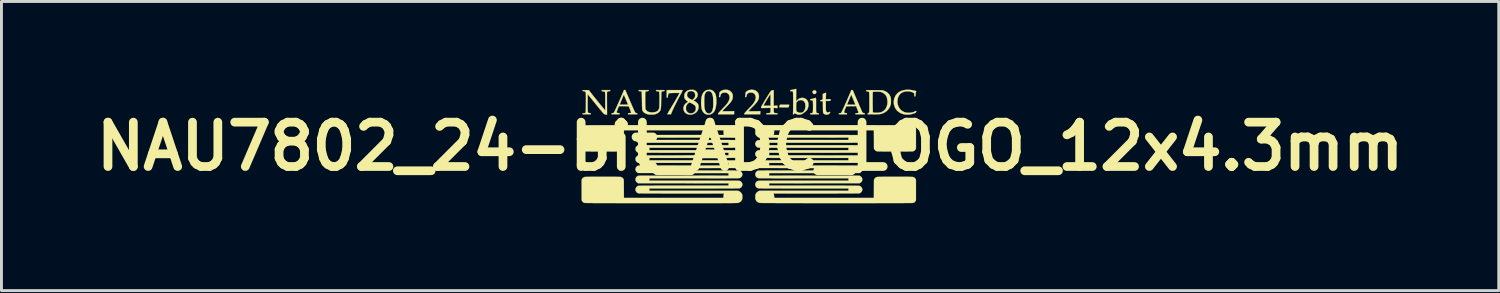
<source format=kicad_pcb>
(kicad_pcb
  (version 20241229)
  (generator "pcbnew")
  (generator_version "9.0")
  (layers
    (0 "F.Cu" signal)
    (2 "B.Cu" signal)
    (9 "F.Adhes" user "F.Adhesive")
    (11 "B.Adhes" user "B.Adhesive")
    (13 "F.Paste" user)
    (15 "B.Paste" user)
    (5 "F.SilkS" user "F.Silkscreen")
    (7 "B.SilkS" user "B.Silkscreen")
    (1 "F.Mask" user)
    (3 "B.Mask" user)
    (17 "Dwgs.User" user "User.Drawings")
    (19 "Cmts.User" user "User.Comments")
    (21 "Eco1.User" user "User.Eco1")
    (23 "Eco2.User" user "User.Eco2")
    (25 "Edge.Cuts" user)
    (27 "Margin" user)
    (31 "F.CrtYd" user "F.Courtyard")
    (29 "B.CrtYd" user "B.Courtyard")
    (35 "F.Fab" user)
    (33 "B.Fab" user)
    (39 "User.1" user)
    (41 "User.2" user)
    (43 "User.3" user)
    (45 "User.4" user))
  (footprint "NAU7802_24-bit_ADC_LOGO_12x4.3mm"
    (layer "F.Cu")
    (at 22.722 1.982)
    (property "Reference" "NAU7802_24-bit_ADC_LOGO_12x4.3mm" (at 0 0 0) (layer "F.SilkS") (effects (font (size 1.524 1.524) (thickness 0.3))))
    (attr through_hole)
    (fp_poly (pts (xy 2.228 -1.929) (xy 2.241 -1.923) (xy 2.255 -1.911) (xy 2.267 -1.897) (xy 2.273 -1.884) (xy 2.274 -1.867) (xy 2.269 -1.841) (xy 2.256 -1.821) (xy 2.236 -1.807) (xy 2.212 -1.801) (xy 2.192 -1.803) (xy 2.171 -1.815) (xy 2.155 -1.833) (xy 2.147 -1.858) (xy 2.146 -1.867) (xy 2.148 -1.885) (xy 2.154 -1.898) (xy 2.165 -1.911) (xy 2.179 -1.923) (xy 2.192 -1.929) (xy 2.21 -1.93) (xy 2.228 -1.929)) (stroke (width 0.01) (type solid)) (fill yes) (layer "F.SilkS"))
    (fp_poly (pts (xy 1.237 -1.433) (xy 1.279 -1.433) (xy 1.31 -1.432) (xy 1.332 -1.431) (xy 1.343 -1.429) (xy 1.345 -1.428) (xy 1.343 -1.42) (xy 1.339 -1.405) (xy 1.332 -1.386) (xy 1.332 -1.384) (xy 1.319 -1.345) (xy 1.161 -1.345) (xy 1.12 -1.345) (xy 1.083 -1.345) (xy 1.051 -1.346) (xy 1.026 -1.346) (xy 1.009 -1.347) (xy 1.001 -1.348) (xy 1.001 -1.348) (xy 1.002 -1.354) (xy 1.006 -1.368) (xy 1.012 -1.387) (xy 1.014 -1.392) (xy 1.028 -1.434) (xy 1.186 -1.434) (xy 1.237 -1.433)) (stroke (width 0.01) (type solid)) (fill yes) (layer "F.SilkS"))
    (fp_poly (pts (xy -2.324 -1.923) (xy -2.326 -1.913) (xy -2.334 -1.895) (xy -2.347 -1.869) (xy -2.363 -1.837) (xy -2.383 -1.799) (xy -2.389 -1.79) (xy -2.414 -1.742) (xy -2.442 -1.69) (xy -2.472 -1.634) (xy -2.502 -1.575) (xy -2.532 -1.515) (xy -2.562 -1.456) (xy -2.59 -1.398) (xy -2.617 -1.344) (xy -2.64 -1.294) (xy -2.66 -1.251) (xy -2.677 -1.215) (xy -2.684 -1.197) (xy -2.72 -1.109) (xy -2.764 -1.109) (xy -2.787 -1.109) (xy -2.806 -1.108) (xy -2.819 -1.106) (xy -2.82 -1.106) (xy -2.831 -1.105) (xy -2.835 -1.107) (xy -2.839 -1.116) (xy -2.839 -1.119) (xy -2.837 -1.125) (xy -2.829 -1.14) (xy -2.816 -1.162) (xy -2.8 -1.19) (xy -2.781 -1.222) (xy -2.76 -1.258) (xy -2.746 -1.28) (xy -2.699 -1.357) (xy -2.655 -1.431) (xy -2.614 -1.5) (xy -2.576 -1.564) (xy -2.542 -1.622) (xy -2.512 -1.675) (xy -2.486 -1.721) (xy -2.464 -1.76) (xy -2.447 -1.792) (xy -2.435 -1.816) (xy -2.428 -1.831) (xy -2.427 -1.837) (xy -2.433 -1.838) (xy -2.449 -1.839) (xy -2.472 -1.84) (xy -2.502 -1.84) (xy -2.536 -1.84) (xy -2.574 -1.839) (xy -2.612 -1.839) (xy -2.65 -1.838) (xy -2.687 -1.836) (xy -2.72 -1.835) (xy -2.747 -1.834) (xy -2.767 -1.832) (xy -2.786 -1.83) (xy -2.797 -1.827) (xy -2.804 -1.821) (xy -2.809 -1.812) (xy -2.809 -1.811) (xy -2.812 -1.799) (xy -2.816 -1.78) (xy -2.82 -1.756) (xy -2.824 -1.731) (xy -2.827 -1.708) (xy -2.828 -1.69) (xy -2.828 -1.687) (xy -2.833 -1.682) (xy -2.846 -1.68) (xy -2.846 -1.68) (xy -2.864 -1.68) (xy -2.864 -1.808) (xy -2.864 -1.936) (xy -2.594 -1.937) (xy -2.324 -1.938) (xy -2.324 -1.923)) (stroke (width 0.01) (type solid)) (fill yes) (layer "F.SilkS"))
    (fp_poly (pts (xy 2.26 -1.668) (xy 2.262 -1.664) (xy 2.263 -1.656) (xy 2.264 -1.642) (xy 2.265 -1.624) (xy 2.265 -1.598) (xy 2.266 -1.565) (xy 2.266 -1.523) (xy 2.266 -1.472) (xy 2.266 -1.424) (xy 2.266 -1.361) (xy 2.266 -1.309) (xy 2.266 -1.267) (xy 2.267 -1.233) (xy 2.268 -1.207) (xy 2.269 -1.187) (xy 2.27 -1.175) (xy 2.272 -1.168) (xy 2.272 -1.166) (xy 2.284 -1.156) (xy 2.303 -1.148) (xy 2.327 -1.143) (xy 2.339 -1.142) (xy 2.351 -1.141) (xy 2.356 -1.136) (xy 2.357 -1.124) (xy 2.357 -1.106) (xy 2.212 -1.106) (xy 2.173 -1.106) (xy 2.138 -1.107) (xy 2.108 -1.107) (xy 2.085 -1.108) (xy 2.07 -1.108) (xy 2.065 -1.109) (xy 2.064 -1.115) (xy 2.063 -1.124) (xy 2.064 -1.131) (xy 2.068 -1.136) (xy 2.077 -1.139) (xy 2.093 -1.142) (xy 2.116 -1.145) (xy 2.133 -1.148) (xy 2.146 -1.154) (xy 2.15 -1.157) (xy 2.154 -1.168) (xy 2.157 -1.189) (xy 2.159 -1.22) (xy 2.161 -1.26) (xy 2.162 -1.309) (xy 2.163 -1.366) (xy 2.162 -1.429) (xy 2.162 -1.429) (xy 2.161 -1.474) (xy 2.16 -1.508) (xy 2.159 -1.534) (xy 2.158 -1.553) (xy 2.156 -1.566) (xy 2.154 -1.573) (xy 2.152 -1.577) (xy 2.141 -1.583) (xy 2.123 -1.587) (xy 2.103 -1.59) (xy 2.083 -1.592) (xy 2.071 -1.594) (xy 2.065 -1.598) (xy 2.063 -1.604) (xy 2.063 -1.608) (xy 2.064 -1.616) (xy 2.067 -1.621) (xy 2.075 -1.625) (xy 2.091 -1.628) (xy 2.106 -1.63) (xy 2.132 -1.635) (xy 2.163 -1.643) (xy 2.193 -1.651) (xy 2.2 -1.653) (xy 2.222 -1.66) (xy 2.242 -1.666) (xy 2.255 -1.669) (xy 2.258 -1.669) (xy 2.26 -1.668)) (stroke (width 0.01) (type solid)) (fill yes) (layer "F.SilkS"))
    (fp_poly (pts (xy 2.603 -1.841) (xy 2.604 -1.84) (xy 2.607 -1.833) (xy 2.608 -1.819) (xy 2.608 -1.796) (xy 2.606 -1.764) (xy 2.606 -1.764) (xy 2.604 -1.732) (xy 2.603 -1.701) (xy 2.602 -1.674) (xy 2.601 -1.656) (xy 2.601 -1.618) (xy 2.681 -1.622) (xy 2.762 -1.626) (xy 2.762 -1.607) (xy 2.762 -1.591) (xy 2.76 -1.579) (xy 2.756 -1.571) (xy 2.746 -1.567) (xy 2.731 -1.565) (xy 2.708 -1.564) (xy 2.678 -1.564) (xy 2.601 -1.564) (xy 2.601 -1.41) (xy 2.602 -1.357) (xy 2.602 -1.314) (xy 2.603 -1.279) (xy 2.604 -1.252) (xy 2.607 -1.232) (xy 2.61 -1.216) (xy 2.614 -1.205) (xy 2.619 -1.196) (xy 2.625 -1.188) (xy 2.628 -1.186) (xy 2.641 -1.176) (xy 2.656 -1.171) (xy 2.675 -1.17) (xy 2.705 -1.174) (xy 2.722 -1.182) (xy 2.735 -1.189) (xy 2.743 -1.19) (xy 2.749 -1.185) (xy 2.75 -1.185) (xy 2.753 -1.18) (xy 2.752 -1.174) (xy 2.747 -1.164) (xy 2.736 -1.149) (xy 2.729 -1.141) (xy 2.714 -1.123) (xy 2.702 -1.112) (xy 2.691 -1.105) (xy 2.678 -1.101) (xy 2.669 -1.099) (xy 2.646 -1.095) (xy 2.628 -1.093) (xy 2.61 -1.095) (xy 2.59 -1.099) (xy 2.562 -1.108) (xy 2.537 -1.124) (xy 2.518 -1.143) (xy 2.514 -1.149) (xy 2.511 -1.155) (xy 2.509 -1.163) (xy 2.507 -1.173) (xy 2.506 -1.187) (xy 2.505 -1.206) (xy 2.504 -1.232) (xy 2.503 -1.265) (xy 2.503 -1.307) (xy 2.502 -1.358) (xy 2.502 -1.363) (xy 2.501 -1.558) (xy 2.454 -1.558) (xy 2.431 -1.559) (xy 2.417 -1.56) (xy 2.41 -1.562) (xy 2.407 -1.566) (xy 2.407 -1.569) (xy 2.41 -1.575) (xy 2.42 -1.583) (xy 2.439 -1.592) (xy 2.453 -1.598) (xy 2.498 -1.618) (xy 2.498 -1.802) (xy 2.548 -1.825) (xy 2.572 -1.835) (xy 2.588 -1.841) (xy 2.598 -1.843) (xy 2.603 -1.841)) (stroke (width 0.01) (type solid)) (fill yes) (layer "F.SilkS"))
    (fp_poly (pts (xy 0.803 -1.94) (xy 0.805 -1.938) (xy 0.806 -1.932) (xy 0.808 -1.921) (xy 0.808 -1.904) (xy 0.809 -1.881) (xy 0.81 -1.851) (xy 0.81 -1.812) (xy 0.81 -1.765) (xy 0.81 -1.708) (xy 0.81 -1.667) (xy 0.809 -1.396) (xy 0.937 -1.404) (xy 0.937 -1.319) (xy 0.81 -1.327) (xy 0.81 -1.266) (xy 0.81 -1.227) (xy 0.812 -1.198) (xy 0.816 -1.177) (xy 0.823 -1.162) (xy 0.835 -1.153) (xy 0.851 -1.148) (xy 0.874 -1.145) (xy 0.89 -1.144) (xy 0.937 -1.141) (xy 0.937 -1.124) (xy 0.937 -1.106) (xy 0.56 -1.106) (xy 0.56 -1.141) (xy 0.616 -1.144) (xy 0.645 -1.146) (xy 0.667 -1.149) (xy 0.683 -1.155) (xy 0.693 -1.166) (xy 0.7 -1.182) (xy 0.703 -1.205) (xy 0.704 -1.237) (xy 0.704 -1.267) (xy 0.704 -1.327) (xy 0.388 -1.32) (xy 0.382 -1.334) (xy 0.378 -1.346) (xy 0.377 -1.353) (xy 0.38 -1.359) (xy 0.388 -1.373) (xy 0.399 -1.394) (xy 0.402 -1.398) (xy 0.454 -1.398) (xy 0.704 -1.398) (xy 0.704 -1.603) (xy 0.704 -1.649) (xy 0.704 -1.692) (xy 0.704 -1.73) (xy 0.703 -1.762) (xy 0.703 -1.786) (xy 0.703 -1.802) (xy 0.702 -1.808) (xy 0.702 -1.808) (xy 0.698 -1.803) (xy 0.688 -1.79) (xy 0.675 -1.77) (xy 0.658 -1.744) (xy 0.639 -1.713) (xy 0.617 -1.679) (xy 0.595 -1.643) (xy 0.572 -1.605) (xy 0.549 -1.567) (xy 0.528 -1.531) (xy 0.508 -1.497) (xy 0.491 -1.467) (xy 0.48 -1.446) (xy 0.454 -1.398) (xy 0.402 -1.398) (xy 0.415 -1.421) (xy 0.433 -1.452) (xy 0.453 -1.486) (xy 0.474 -1.522) (xy 0.495 -1.558) (xy 0.517 -1.594) (xy 0.537 -1.628) (xy 0.555 -1.658) (xy 0.571 -1.683) (xy 0.578 -1.694) (xy 0.597 -1.725) (xy 0.619 -1.76) (xy 0.643 -1.797) (xy 0.664 -1.83) (xy 0.668 -1.835) (xy 0.716 -1.91) (xy 0.756 -1.925) (xy 0.776 -1.933) (xy 0.792 -1.938) (xy 0.802 -1.94) (xy 0.803 -1.94)) (stroke (width 0.01) (type solid)) (fill yes) (layer "F.SilkS"))
    (fp_poly (pts (xy 5.458 -1.946) (xy 5.496 -1.944) (xy 5.524 -1.941) (xy 5.546 -1.937) (xy 5.573 -1.932) (xy 5.602 -1.926) (xy 5.631 -1.92) (xy 5.658 -1.914) (xy 5.68 -1.909) (xy 5.696 -1.905) (xy 5.703 -1.902) (xy 5.704 -1.895) (xy 5.702 -1.881) (xy 5.699 -1.869) (xy 5.695 -1.851) (xy 5.69 -1.826) (xy 5.686 -1.798) (xy 5.684 -1.783) (xy 5.677 -1.725) (xy 5.659 -1.725) (xy 5.648 -1.725) (xy 5.642 -1.729) (xy 5.64 -1.738) (xy 5.64 -1.751) (xy 5.639 -1.773) (xy 5.637 -1.798) (xy 5.637 -1.806) (xy 5.633 -1.835) (xy 5.592 -1.855) (xy 5.539 -1.877) (xy 5.485 -1.891) (xy 5.427 -1.896) (xy 5.407 -1.897) (xy 5.341 -1.892) (xy 5.28 -1.878) (xy 5.226 -1.856) (xy 5.179 -1.825) (xy 5.139 -1.786) (xy 5.107 -1.739) (xy 5.083 -1.684) (xy 5.066 -1.622) (xy 5.063 -1.602) (xy 5.059 -1.538) (xy 5.065 -1.475) (xy 5.08 -1.414) (xy 5.104 -1.357) (xy 5.135 -1.305) (xy 5.174 -1.259) (xy 5.22 -1.221) (xy 5.241 -1.207) (xy 5.296 -1.181) (xy 5.354 -1.164) (xy 5.417 -1.156) (xy 5.485 -1.157) (xy 5.502 -1.159) (xy 5.554 -1.166) (xy 5.598 -1.176) (xy 5.636 -1.189) (xy 5.668 -1.206) (xy 5.69 -1.217) (xy 5.704 -1.221) (xy 5.71 -1.218) (xy 5.71 -1.206) (xy 5.704 -1.19) (xy 5.699 -1.176) (xy 5.692 -1.166) (xy 5.684 -1.158) (xy 5.67 -1.151) (xy 5.648 -1.142) (xy 5.643 -1.14) (xy 5.571 -1.117) (xy 5.495 -1.101) (xy 5.418 -1.095) (xy 5.343 -1.098) (xy 5.338 -1.098) (xy 5.265 -1.111) (xy 5.198 -1.133) (xy 5.137 -1.164) (xy 5.083 -1.202) (xy 5.036 -1.248) (xy 4.997 -1.301) (xy 4.967 -1.361) (xy 4.949 -1.414) (xy 4.942 -1.448) (xy 4.939 -1.488) (xy 4.938 -1.531) (xy 4.94 -1.574) (xy 4.945 -1.613) (xy 4.952 -1.642) (xy 4.977 -1.707) (xy 5.011 -1.765) (xy 5.053 -1.816) (xy 5.103 -1.859) (xy 5.16 -1.893) (xy 5.224 -1.919) (xy 5.295 -1.937) (xy 5.3 -1.938) (xy 5.333 -1.942) (xy 5.372 -1.945) (xy 5.415 -1.946) (xy 5.458 -1.946)) (stroke (width 0.01) (type solid)) (fill yes) (layer "F.SilkS"))
    (fp_poly (pts (xy -4.126 -1.561) (xy -4.095 -1.487) (xy -4.065 -1.419) (xy -4.039 -1.359) (xy -4.015 -1.305) (xy -3.995 -1.26) (xy -3.978 -1.222) (xy -3.964 -1.194) (xy -3.955 -1.175) (xy -3.949 -1.165) (xy -3.949 -1.165) (xy -3.934 -1.153) (xy -3.914 -1.147) (xy -3.905 -1.145) (xy -3.889 -1.143) (xy -3.88 -1.139) (xy -3.877 -1.133) (xy -3.877 -1.124) (xy -3.877 -1.106) (xy -4.193 -1.106) (xy -4.193 -1.141) (xy -4.147 -1.145) (xy -4.12 -1.148) (xy -4.102 -1.152) (xy -4.091 -1.158) (xy -4.088 -1.166) (xy -4.087 -1.169) (xy -4.089 -1.177) (xy -4.095 -1.194) (xy -4.103 -1.217) (xy -4.114 -1.245) (xy -4.126 -1.276) (xy -4.128 -1.281) (xy -4.169 -1.384) (xy -4.338 -1.385) (xy -4.508 -1.387) (xy -4.534 -1.324) (xy -4.553 -1.277) (xy -4.568 -1.238) (xy -4.579 -1.208) (xy -4.585 -1.187) (xy -4.586 -1.178) (xy -4.584 -1.167) (xy -4.578 -1.16) (xy -4.564 -1.154) (xy -4.541 -1.149) (xy -4.529 -1.147) (xy -4.487 -1.141) (xy -4.487 -1.124) (xy -4.487 -1.106) (xy -4.758 -1.106) (xy -4.758 -1.124) (xy -4.758 -1.134) (xy -4.754 -1.139) (xy -4.745 -1.142) (xy -4.728 -1.144) (xy -4.704 -1.148) (xy -4.687 -1.156) (xy -4.684 -1.159) (xy -4.677 -1.168) (xy -4.667 -1.185) (xy -4.655 -1.208) (xy -4.641 -1.236) (xy -4.631 -1.258) (xy -4.616 -1.29) (xy -4.598 -1.329) (xy -4.577 -1.375) (xy -4.555 -1.425) (xy -4.55 -1.436) (xy -4.485 -1.436) (xy -4.193 -1.436) (xy -4.198 -1.449) (xy -4.201 -1.457) (xy -4.208 -1.474) (xy -4.218 -1.499) (xy -4.231 -1.529) (xy -4.245 -1.563) (xy -4.261 -1.6) (xy -4.277 -1.638) (xy -4.292 -1.674) (xy -4.305 -1.705) (xy -4.316 -1.731) (xy -4.324 -1.75) (xy -4.328 -1.76) (xy -4.334 -1.773) (xy -4.339 -1.779) (xy -4.34 -1.779) (xy -4.342 -1.774) (xy -4.349 -1.759) (xy -4.359 -1.737) (xy -4.371 -1.708) (xy -4.386 -1.673) (xy -4.402 -1.635) (xy -4.414 -1.606) (xy -4.485 -1.436) (xy -4.55 -1.436) (xy -4.531 -1.479) (xy -4.506 -1.535) (xy -4.481 -1.591) (xy -4.457 -1.646) (xy -4.434 -1.699) (xy -4.413 -1.748) (xy -4.394 -1.791) (xy -4.378 -1.827) (xy -4.366 -1.855) (xy -4.364 -1.861) (xy -4.332 -1.938) (xy -4.311 -1.94) (xy -4.29 -1.941) (xy -4.126 -1.561)) (stroke (width 0.01) (type solid)) (fill yes) (layer "F.SilkS"))
    (fp_poly (pts (xy 0.071 -1.946) (xy 0.1 -1.944) (xy 0.122 -1.942) (xy 0.138 -1.939) (xy 0.154 -1.934) (xy 0.172 -1.927) (xy 0.176 -1.925) (xy 0.218 -1.899) (xy 0.253 -1.867) (xy 0.279 -1.828) (xy 0.296 -1.785) (xy 0.304 -1.737) (xy 0.303 -1.686) (xy 0.297 -1.657) (xy 0.291 -1.632) (xy 0.282 -1.608) (xy 0.271 -1.585) (xy 0.257 -1.56) (xy 0.238 -1.534) (xy 0.215 -1.505) (xy 0.187 -1.472) (xy 0.153 -1.434) (xy 0.111 -1.391) (xy 0.063 -1.342) (xy 0.059 -1.338) (xy 0.029 -1.307) (xy 0.001 -1.279) (xy -0.022 -1.254) (xy -0.041 -1.234) (xy -0.054 -1.219) (xy -0.06 -1.21) (xy -0.061 -1.208) (xy -0.048 -1.208) (xy -0.026 -1.208) (xy 0.003 -1.208) (xy 0.037 -1.208) (xy 0.076 -1.208) (xy 0.117 -1.208) (xy 0.158 -1.209) (xy 0.198 -1.209) (xy 0.235 -1.21) (xy 0.267 -1.211) (xy 0.294 -1.211) (xy 0.312 -1.212) (xy 0.319 -1.212) (xy 0.348 -1.216) (xy 0.348 -1.161) (xy 0.348 -1.106) (xy -0.2 -1.106) (xy -0.199 -1.123) (xy -0.198 -1.129) (xy -0.195 -1.136) (xy -0.188 -1.146) (xy -0.178 -1.159) (xy -0.163 -1.176) (xy -0.142 -1.198) (xy -0.116 -1.226) (xy -0.083 -1.261) (xy -0.066 -1.278) (xy -0.018 -1.328) (xy 0.023 -1.372) (xy 0.058 -1.411) (xy 0.087 -1.445) (xy 0.11 -1.474) (xy 0.13 -1.501) (xy 0.146 -1.527) (xy 0.158 -1.548) (xy 0.179 -1.596) (xy 0.191 -1.644) (xy 0.194 -1.69) (xy 0.188 -1.733) (xy 0.174 -1.771) (xy 0.154 -1.8) (xy 0.13 -1.823) (xy 0.105 -1.838) (xy 0.075 -1.847) (xy 0.041 -1.851) (xy -0.004 -1.85) (xy -0.043 -1.842) (xy -0.075 -1.827) (xy -0.085 -1.819) (xy -0.097 -1.805) (xy -0.108 -1.787) (xy -0.118 -1.76) (xy -0.118 -1.758) (xy -0.125 -1.737) (xy -0.13 -1.719) (xy -0.133 -1.707) (xy -0.133 -1.706) (xy -0.137 -1.699) (xy -0.15 -1.697) (xy -0.153 -1.697) (xy -0.166 -1.698) (xy -0.17 -1.702) (xy -0.17 -1.712) (xy -0.169 -1.715) (xy -0.164 -1.747) (xy -0.16 -1.78) (xy -0.157 -1.809) (xy -0.155 -1.831) (xy -0.155 -1.835) (xy -0.153 -1.851) (xy -0.145 -1.867) (xy -0.13 -1.883) (xy -0.107 -1.9) (xy -0.094 -1.909) (xy -0.06 -1.927) (xy -0.023 -1.939) (xy 0.019 -1.945) (xy 0.069 -1.946) (xy 0.071 -1.946)) (stroke (width 0.01) (type solid)) (fill yes) (layer "F.SilkS"))
    (fp_poly (pts (xy -0.827 -1.946) (xy -0.798 -1.944) (xy -0.777 -1.942) (xy -0.76 -1.939) (xy -0.744 -1.934) (xy -0.727 -1.927) (xy -0.722 -1.925) (xy -0.68 -1.899) (xy -0.646 -1.867) (xy -0.62 -1.828) (xy -0.602 -1.785) (xy -0.594 -1.737) (xy -0.596 -1.686) (xy -0.601 -1.657) (xy -0.608 -1.632) (xy -0.616 -1.608) (xy -0.627 -1.585) (xy -0.642 -1.56) (xy -0.66 -1.534) (xy -0.683 -1.505) (xy -0.712 -1.472) (xy -0.746 -1.434) (xy -0.787 -1.391) (xy -0.836 -1.342) (xy -0.839 -1.338) (xy -0.875 -1.302) (xy -0.903 -1.273) (xy -0.924 -1.251) (xy -0.94 -1.234) (xy -0.95 -1.222) (xy -0.955 -1.215) (xy -0.957 -1.21) (xy -0.954 -1.209) (xy -0.954 -1.208) (xy -0.937 -1.208) (xy -0.911 -1.208) (xy -0.879 -1.208) (xy -0.843 -1.208) (xy -0.803 -1.208) (xy -0.761 -1.209) (xy -0.721 -1.209) (xy -0.682 -1.21) (xy -0.647 -1.21) (xy -0.617 -1.211) (xy -0.594 -1.211) (xy -0.581 -1.212) (xy -0.579 -1.212) (xy -0.551 -1.216) (xy -0.55 -1.161) (xy -0.55 -1.106) (xy -1.098 -1.106) (xy -1.098 -1.123) (xy -1.097 -1.129) (xy -1.093 -1.136) (xy -1.087 -1.146) (xy -1.076 -1.159) (xy -1.061 -1.176) (xy -1.041 -1.198) (xy -1.014 -1.226) (xy -0.981 -1.261) (xy -0.965 -1.278) (xy -0.916 -1.328) (xy -0.875 -1.372) (xy -0.841 -1.411) (xy -0.812 -1.445) (xy -0.788 -1.474) (xy -0.769 -1.501) (xy -0.752 -1.527) (xy -0.741 -1.548) (xy -0.72 -1.596) (xy -0.707 -1.644) (xy -0.704 -1.69) (xy -0.71 -1.733) (xy -0.725 -1.771) (xy -0.745 -1.8) (xy -0.769 -1.823) (xy -0.794 -1.838) (xy -0.823 -1.847) (xy -0.857 -1.851) (xy -0.903 -1.85) (xy -0.942 -1.842) (xy -0.973 -1.827) (xy -0.984 -1.819) (xy -0.996 -1.805) (xy -1.006 -1.787) (xy -1.016 -1.76) (xy -1.017 -1.758) (xy -1.024 -1.737) (xy -1.029 -1.719) (xy -1.031 -1.707) (xy -1.032 -1.706) (xy -1.035 -1.699) (xy -1.048 -1.697) (xy -1.051 -1.697) (xy -1.064 -1.698) (xy -1.069 -1.702) (xy -1.068 -1.712) (xy -1.068 -1.715) (xy -1.063 -1.747) (xy -1.058 -1.78) (xy -1.055 -1.809) (xy -1.054 -1.831) (xy -1.054 -1.835) (xy -1.051 -1.851) (xy -1.043 -1.867) (xy -1.029 -1.883) (xy -1.005 -1.9) (xy -0.993 -1.909) (xy -0.959 -1.927) (xy -0.922 -1.939) (xy -0.879 -1.945) (xy -0.829 -1.946) (xy -0.827 -1.946)) (stroke (width 0.01) (type solid)) (fill yes) (layer "F.SilkS"))
    (fp_poly (pts (xy -1.377 -1.944) (xy -1.356 -1.943) (xy -1.34 -1.941) (xy -1.326 -1.937) (xy -1.313 -1.931) (xy -1.307 -1.929) (xy -1.27 -1.906) (xy -1.237 -1.873) (xy -1.21 -1.832) (xy -1.188 -1.785) (xy -1.179 -1.755) (xy -1.17 -1.708) (xy -1.164 -1.653) (xy -1.161 -1.593) (xy -1.162 -1.53) (xy -1.165 -1.466) (xy -1.171 -1.405) (xy -1.18 -1.348) (xy -1.192 -1.299) (xy -1.196 -1.287) (xy -1.214 -1.242) (xy -1.234 -1.205) (xy -1.26 -1.173) (xy -1.275 -1.158) (xy -1.308 -1.131) (xy -1.341 -1.113) (xy -1.378 -1.101) (xy -1.393 -1.098) (xy -1.419 -1.095) (xy -1.439 -1.094) (xy -1.46 -1.095) (xy -1.481 -1.098) (xy -1.525 -1.111) (xy -1.564 -1.134) (xy -1.598 -1.165) (xy -1.628 -1.206) (xy -1.651 -1.254) (xy -1.664 -1.297) (xy -1.67 -1.326) (xy -1.675 -1.363) (xy -1.678 -1.406) (xy -1.681 -1.453) (xy -1.682 -1.501) (xy -1.682 -1.539) (xy -1.577 -1.539) (xy -1.577 -1.48) (xy -1.576 -1.431) (xy -1.575 -1.39) (xy -1.572 -1.355) (xy -1.568 -1.325) (xy -1.563 -1.298) (xy -1.556 -1.272) (xy -1.547 -1.245) (xy -1.544 -1.237) (xy -1.527 -1.202) (xy -1.505 -1.173) (xy -1.48 -1.152) (xy -1.468 -1.146) (xy -1.445 -1.139) (xy -1.416 -1.138) (xy -1.388 -1.141) (xy -1.371 -1.146) (xy -1.346 -1.16) (xy -1.324 -1.181) (xy -1.306 -1.21) (xy -1.291 -1.246) (xy -1.28 -1.29) (xy -1.272 -1.343) (xy -1.267 -1.406) (xy -1.265 -1.478) (xy -1.266 -1.552) (xy -1.267 -1.603) (xy -1.269 -1.645) (xy -1.272 -1.68) (xy -1.275 -1.709) (xy -1.28 -1.735) (xy -1.286 -1.759) (xy -1.293 -1.784) (xy -1.296 -1.794) (xy -1.306 -1.82) (xy -1.317 -1.84) (xy -1.331 -1.857) (xy -1.34 -1.867) (xy -1.358 -1.884) (xy -1.373 -1.894) (xy -1.39 -1.9) (xy -1.397 -1.902) (xy -1.435 -1.905) (xy -1.47 -1.898) (xy -1.5 -1.881) (xy -1.526 -1.854) (xy -1.541 -1.83) (xy -1.55 -1.809) (xy -1.558 -1.788) (xy -1.564 -1.766) (xy -1.569 -1.739) (xy -1.573 -1.709) (xy -1.575 -1.672) (xy -1.576 -1.628) (xy -1.577 -1.575) (xy -1.577 -1.539) (xy -1.682 -1.539) (xy -1.682 -1.547) (xy -1.68 -1.589) (xy -1.68 -1.596) (xy -1.672 -1.665) (xy -1.661 -1.723) (xy -1.646 -1.774) (xy -1.625 -1.818) (xy -1.6 -1.855) (xy -1.572 -1.885) (xy -1.546 -1.908) (xy -1.521 -1.924) (xy -1.494 -1.935) (xy -1.464 -1.941) (xy -1.426 -1.943) (xy -1.406 -1.944) (xy -1.377 -1.944)) (stroke (width 0.01) (type solid)) (fill yes) (layer "F.SilkS"))
    (fp_poly (pts (xy 3.524 -1.938) (xy 3.682 -1.569) (xy 3.709 -1.509) (xy 3.734 -1.45) (xy 3.757 -1.396) (xy 3.779 -1.345) (xy 3.799 -1.3) (xy 3.816 -1.261) (xy 3.83 -1.229) (xy 3.841 -1.204) (xy 3.848 -1.189) (xy 3.851 -1.183) (xy 3.864 -1.164) (xy 3.882 -1.152) (xy 3.908 -1.145) (xy 3.911 -1.145) (xy 3.927 -1.142) (xy 3.935 -1.138) (xy 3.937 -1.131) (xy 3.938 -1.124) (xy 3.938 -1.106) (xy 3.621 -1.106) (xy 3.621 -1.124) (xy 3.622 -1.136) (xy 3.626 -1.141) (xy 3.637 -1.143) (xy 3.645 -1.143) (xy 3.669 -1.144) (xy 3.692 -1.148) (xy 3.71 -1.152) (xy 3.72 -1.158) (xy 3.721 -1.159) (xy 3.723 -1.163) (xy 3.724 -1.169) (xy 3.722 -1.177) (xy 3.719 -1.189) (xy 3.713 -1.207) (xy 3.703 -1.231) (xy 3.691 -1.264) (xy 3.681 -1.288) (xy 3.643 -1.387) (xy 3.473 -1.385) (xy 3.303 -1.384) (xy 3.267 -1.296) (xy 3.255 -1.265) (xy 3.245 -1.236) (xy 3.236 -1.21) (xy 3.231 -1.192) (xy 3.229 -1.184) (xy 3.228 -1.169) (xy 3.231 -1.161) (xy 3.239 -1.157) (xy 3.245 -1.155) (xy 3.261 -1.151) (xy 3.283 -1.147) (xy 3.296 -1.145) (xy 3.314 -1.143) (xy 3.323 -1.14) (xy 3.327 -1.135) (xy 3.328 -1.125) (xy 3.328 -1.124) (xy 3.328 -1.106) (xy 3.191 -1.106) (xy 3.153 -1.106) (xy 3.12 -1.107) (xy 3.091 -1.107) (xy 3.069 -1.108) (xy 3.056 -1.108) (xy 3.053 -1.109) (xy 3.051 -1.115) (xy 3.05 -1.126) (xy 3.051 -1.134) (xy 3.055 -1.139) (xy 3.064 -1.142) (xy 3.082 -1.143) (xy 3.083 -1.143) (xy 3.102 -1.146) (xy 3.118 -1.15) (xy 3.125 -1.154) (xy 3.131 -1.162) (xy 3.141 -1.177) (xy 3.152 -1.198) (xy 3.16 -1.211) (xy 3.168 -1.229) (xy 3.18 -1.255) (xy 3.196 -1.288) (xy 3.214 -1.329) (xy 3.234 -1.374) (xy 3.257 -1.424) (xy 3.262 -1.436) (xy 3.327 -1.436) (xy 3.62 -1.436) (xy 3.552 -1.6) (xy 3.535 -1.64) (xy 3.519 -1.678) (xy 3.505 -1.711) (xy 3.493 -1.738) (xy 3.485 -1.758) (xy 3.479 -1.771) (xy 3.478 -1.773) (xy 3.474 -1.777) (xy 3.47 -1.774) (xy 3.464 -1.761) (xy 3.463 -1.761) (xy 3.459 -1.749) (xy 3.451 -1.73) (xy 3.439 -1.703) (xy 3.426 -1.671) (xy 3.411 -1.636) (xy 3.4 -1.608) (xy 3.384 -1.572) (xy 3.37 -1.537) (xy 3.357 -1.507) (xy 3.347 -1.482) (xy 3.339 -1.465) (xy 3.336 -1.457) (xy 3.327 -1.436) (xy 3.262 -1.436) (xy 3.28 -1.476) (xy 3.304 -1.53) (xy 3.328 -1.584) (xy 3.352 -1.638) (xy 3.374 -1.689) (xy 3.395 -1.738) (xy 3.414 -1.781) (xy 3.43 -1.819) (xy 3.444 -1.85) (xy 3.453 -1.873) (xy 3.455 -1.879) (xy 3.48 -1.941) (xy 3.524 -1.938)) (stroke (width 0.01) (type solid)) (fill yes) (layer "F.SilkS"))
    (fp_poly (pts (xy 1.58 -1.977) (xy 1.581 -1.971) (xy 1.581 -1.955) (xy 1.582 -1.93) (xy 1.582 -1.898) (xy 1.582 -1.86) (xy 1.582 -1.817) (xy 1.582 -1.77) (xy 1.581 -1.762) (xy 1.58 -1.55) (xy 1.623 -1.593) (xy 1.656 -1.623) (xy 1.687 -1.644) (xy 1.718 -1.658) (xy 1.752 -1.666) (xy 1.775 -1.668) (xy 1.819 -1.668) (xy 1.857 -1.66) (xy 1.892 -1.645) (xy 1.907 -1.636) (xy 1.943 -1.606) (xy 1.972 -1.57) (xy 1.991 -1.526) (xy 2.002 -1.476) (xy 2.004 -1.436) (xy 2 -1.385) (xy 1.989 -1.335) (xy 1.972 -1.289) (xy 1.948 -1.248) (xy 1.928 -1.225) (xy 1.911 -1.209) (xy 1.888 -1.191) (xy 1.861 -1.17) (xy 1.833 -1.15) (xy 1.807 -1.132) (xy 1.784 -1.119) (xy 1.774 -1.113) (xy 1.742 -1.102) (xy 1.704 -1.096) (xy 1.665 -1.095) (xy 1.639 -1.098) (xy 1.62 -1.103) (xy 1.596 -1.112) (xy 1.573 -1.123) (xy 1.573 -1.123) (xy 1.535 -1.142) (xy 1.513 -1.123) (xy 1.499 -1.111) (xy 1.49 -1.105) (xy 1.483 -1.105) (xy 1.477 -1.108) (xy 1.474 -1.113) (xy 1.473 -1.124) (xy 1.474 -1.144) (xy 1.475 -1.162) (xy 1.476 -1.178) (xy 1.477 -1.204) (xy 1.478 -1.239) (xy 1.479 -1.28) (xy 1.479 -1.327) (xy 1.48 -1.357) (xy 1.581 -1.357) (xy 1.581 -1.313) (xy 1.581 -1.279) (xy 1.582 -1.253) (xy 1.585 -1.233) (xy 1.589 -1.219) (xy 1.595 -1.208) (xy 1.603 -1.2) (xy 1.614 -1.192) (xy 1.629 -1.183) (xy 1.629 -1.183) (xy 1.67 -1.165) (xy 1.711 -1.156) (xy 1.753 -1.157) (xy 1.791 -1.168) (xy 1.803 -1.174) (xy 1.83 -1.192) (xy 1.851 -1.214) (xy 1.87 -1.244) (xy 1.872 -1.247) (xy 1.886 -1.28) (xy 1.896 -1.311) (xy 1.9 -1.345) (xy 1.902 -1.385) (xy 1.901 -1.403) (xy 1.9 -1.432) (xy 1.898 -1.454) (xy 1.894 -1.472) (xy 1.889 -1.488) (xy 1.883 -1.502) (xy 1.863 -1.536) (xy 1.836 -1.564) (xy 1.805 -1.584) (xy 1.803 -1.585) (xy 1.783 -1.591) (xy 1.754 -1.594) (xy 1.739 -1.594) (xy 1.7 -1.591) (xy 1.668 -1.582) (xy 1.639 -1.564) (xy 1.619 -1.546) (xy 1.608 -1.535) (xy 1.599 -1.524) (xy 1.592 -1.512) (xy 1.587 -1.499) (xy 1.584 -1.481) (xy 1.582 -1.458) (xy 1.581 -1.427) (xy 1.581 -1.389) (xy 1.581 -1.357) (xy 1.48 -1.357) (xy 1.48 -1.379) (xy 1.48 -1.433) (xy 1.48 -1.489) (xy 1.48 -1.546) (xy 1.48 -1.601) (xy 1.48 -1.655) (xy 1.479 -1.704) (xy 1.479 -1.749) (xy 1.478 -1.787) (xy 1.477 -1.817) (xy 1.476 -1.838) (xy 1.476 -1.843) (xy 1.472 -1.872) (xy 1.468 -1.89) (xy 1.464 -1.897) (xy 1.454 -1.9) (xy 1.438 -1.901) (xy 1.418 -1.902) (xy 1.381 -1.902) (xy 1.381 -1.919) (xy 1.382 -1.93) (xy 1.388 -1.935) (xy 1.402 -1.938) (xy 1.448 -1.947) (xy 1.49 -1.955) (xy 1.525 -1.964) (xy 1.544 -1.969) (xy 1.561 -1.975) (xy 1.574 -1.977) (xy 1.58 -1.977)) (stroke (width 0.01) (type solid)) (fill yes) (layer "F.SilkS"))
    (fp_poly (pts (xy -4.808 -1.92) (xy -4.809 -1.911) (xy -4.812 -1.906) (xy -4.82 -1.904) (xy -4.835 -1.902) (xy -4.848 -1.901) (xy -4.877 -1.896) (xy -4.898 -1.889) (xy -4.91 -1.878) (xy -4.916 -1.862) (xy -4.917 -1.861) (xy -4.917 -1.853) (xy -4.918 -1.834) (xy -4.918 -1.806) (xy -4.918 -1.77) (xy -4.919 -1.727) (xy -4.919 -1.677) (xy -4.919 -1.622) (xy -4.919 -1.563) (xy -4.918 -1.5) (xy -4.918 -1.468) (xy -4.916 -1.093) (xy -4.93 -1.093) (xy -4.943 -1.095) (xy -4.962 -1.098) (xy -4.977 -1.101) (xy -5.003 -1.11) (xy -5.023 -1.122) (xy -5.026 -1.125) (xy -5.037 -1.136) (xy -5.054 -1.155) (xy -5.078 -1.183) (xy -5.108 -1.218) (xy -5.143 -1.261) (xy -5.185 -1.311) (xy -5.231 -1.368) (xy -5.283 -1.431) (xy -5.34 -1.501) (xy -5.396 -1.571) (xy -5.582 -1.8) (xy -5.583 -1.528) (xy -5.584 -1.454) (xy -5.584 -1.39) (xy -5.583 -1.335) (xy -5.583 -1.29) (xy -5.581 -1.252) (xy -5.58 -1.222) (xy -5.578 -1.199) (xy -5.575 -1.182) (xy -5.572 -1.17) (xy -5.568 -1.162) (xy -5.566 -1.161) (xy -5.557 -1.156) (xy -5.54 -1.151) (xy -5.519 -1.147) (xy -5.516 -1.146) (xy -5.495 -1.143) (xy -5.482 -1.14) (xy -5.476 -1.136) (xy -5.474 -1.13) (xy -5.474 -1.123) (xy -5.474 -1.106) (xy -5.751 -1.106) (xy -5.751 -1.124) (xy -5.751 -1.142) (xy -5.719 -1.143) (xy -5.693 -1.143) (xy -5.675 -1.147) (xy -5.663 -1.153) (xy -5.654 -1.164) (xy -5.652 -1.167) (xy -5.65 -1.171) (xy -5.649 -1.177) (xy -5.647 -1.186) (xy -5.646 -1.198) (xy -5.645 -1.214) (xy -5.644 -1.235) (xy -5.643 -1.262) (xy -5.643 -1.296) (xy -5.642 -1.337) (xy -5.642 -1.388) (xy -5.641 -1.447) (xy -5.641 -1.508) (xy -5.641 -1.58) (xy -5.641 -1.642) (xy -5.641 -1.694) (xy -5.641 -1.737) (xy -5.641 -1.773) (xy -5.642 -1.802) (xy -5.644 -1.825) (xy -5.645 -1.843) (xy -5.648 -1.856) (xy -5.651 -1.866) (xy -5.655 -1.873) (xy -5.659 -1.879) (xy -5.664 -1.884) (xy -5.668 -1.886) (xy -5.682 -1.893) (xy -5.703 -1.898) (xy -5.716 -1.9) (xy -5.735 -1.902) (xy -5.746 -1.905) (xy -5.75 -1.91) (xy -5.751 -1.918) (xy -5.751 -1.92) (xy -5.751 -1.936) (xy -5.647 -1.935) (xy -5.543 -1.935) (xy -5.474 -1.846) (xy -5.451 -1.816) (xy -5.422 -1.78) (xy -5.39 -1.739) (xy -5.354 -1.694) (xy -5.315 -1.646) (xy -5.275 -1.597) (xy -5.235 -1.547) (xy -5.195 -1.498) (xy -5.157 -1.452) (xy -5.122 -1.408) (xy -5.09 -1.369) (xy -5.062 -1.336) (xy -5.04 -1.31) (xy -5.033 -1.302) (xy -4.977 -1.237) (xy -4.976 -1.493) (xy -4.975 -1.548) (xy -4.975 -1.601) (xy -4.975 -1.652) (xy -4.976 -1.698) (xy -4.976 -1.738) (xy -4.977 -1.771) (xy -4.977 -1.796) (xy -4.978 -1.807) (xy -4.98 -1.839) (xy -4.985 -1.862) (xy -4.992 -1.877) (xy -5.004 -1.886) (xy -5.021 -1.891) (xy -5.039 -1.894) (xy -5.065 -1.897) (xy -5.081 -1.899) (xy -5.091 -1.903) (xy -5.095 -1.908) (xy -5.097 -1.915) (xy -5.097 -1.919) (xy -5.097 -1.936) (xy -4.808 -1.936) (xy -4.808 -1.92)) (stroke (width 0.01) (type solid)) (fill yes) (layer "F.SilkS"))
    (fp_poly (pts (xy 4.257 -1.934) (xy 4.32 -1.934) (xy 4.372 -1.933) (xy 4.415 -1.933) (xy 4.45 -1.932) (xy 4.479 -1.931) (xy 4.502 -1.93) (xy 4.52 -1.929) (xy 4.535 -1.928) (xy 4.548 -1.926) (xy 4.559 -1.924) (xy 4.57 -1.921) (xy 4.575 -1.92) (xy 4.631 -1.901) (xy 4.681 -1.875) (xy 4.726 -1.84) (xy 4.742 -1.825) (xy 4.768 -1.798) (xy 4.788 -1.772) (xy 4.804 -1.744) (xy 4.818 -1.71) (xy 4.826 -1.689) (xy 4.83 -1.673) (xy 4.834 -1.659) (xy 4.836 -1.643) (xy 4.838 -1.624) (xy 4.838 -1.599) (xy 4.839 -1.565) (xy 4.839 -1.556) (xy 4.838 -1.521) (xy 4.838 -1.495) (xy 4.837 -1.475) (xy 4.835 -1.458) (xy 4.831 -1.443) (xy 4.826 -1.427) (xy 4.82 -1.409) (xy 4.801 -1.36) (xy 4.778 -1.318) (xy 4.749 -1.278) (xy 4.723 -1.249) (xy 4.674 -1.204) (xy 4.621 -1.168) (xy 4.563 -1.14) (xy 4.496 -1.119) (xy 4.484 -1.116) (xy 4.471 -1.114) (xy 4.456 -1.112) (xy 4.438 -1.11) (xy 4.414 -1.109) (xy 4.385 -1.108) (xy 4.348 -1.107) (xy 4.303 -1.107) (xy 4.248 -1.107) (xy 4.241 -1.107) (xy 4.037 -1.106) (xy 4.037 -1.119) (xy 4.041 -1.129) (xy 4.053 -1.14) (xy 4.064 -1.148) (xy 4.091 -1.165) (xy 4.095 -1.219) (xy 4.096 -1.239) (xy 4.096 -1.268) (xy 4.097 -1.305) (xy 4.098 -1.348) (xy 4.098 -1.395) (xy 4.098 -1.446) (xy 4.098 -1.499) (xy 4.098 -1.553) (xy 4.098 -1.605) (xy 4.097 -1.636) (xy 4.209 -1.636) (xy 4.209 -1.586) (xy 4.21 -1.535) (xy 4.21 -1.482) (xy 4.21 -1.43) (xy 4.211 -1.38) (xy 4.212 -1.332) (xy 4.213 -1.288) (xy 4.214 -1.25) (xy 4.215 -1.217) (xy 4.216 -1.192) (xy 4.217 -1.176) (xy 4.218 -1.17) (xy 4.229 -1.165) (xy 4.249 -1.161) (xy 4.276 -1.158) (xy 4.308 -1.157) (xy 4.344 -1.157) (xy 4.38 -1.158) (xy 4.415 -1.161) (xy 4.448 -1.164) (xy 4.475 -1.169) (xy 4.479 -1.17) (xy 4.535 -1.19) (xy 4.584 -1.218) (xy 4.625 -1.255) (xy 4.66 -1.3) (xy 4.687 -1.353) (xy 4.707 -1.414) (xy 4.714 -1.45) (xy 4.719 -1.493) (xy 4.72 -1.541) (xy 4.716 -1.591) (xy 4.709 -1.639) (xy 4.698 -1.683) (xy 4.685 -1.72) (xy 4.677 -1.736) (xy 4.653 -1.769) (xy 4.622 -1.801) (xy 4.589 -1.829) (xy 4.565 -1.843) (xy 4.537 -1.857) (xy 4.511 -1.867) (xy 4.484 -1.874) (xy 4.454 -1.879) (xy 4.419 -1.881) (xy 4.376 -1.883) (xy 4.362 -1.883) (xy 4.328 -1.882) (xy 4.297 -1.882) (xy 4.27 -1.881) (xy 4.25 -1.879) (xy 4.242 -1.878) (xy 4.216 -1.874) (xy 4.212 -1.811) (xy 4.211 -1.789) (xy 4.21 -1.76) (xy 4.21 -1.724) (xy 4.209 -1.682) (xy 4.209 -1.636) (xy 4.097 -1.636) (xy 4.097 -1.656) (xy 4.097 -1.702) (xy 4.096 -1.744) (xy 4.095 -1.78) (xy 4.095 -1.807) (xy 4.094 -1.825) (xy 4.093 -1.829) (xy 4.09 -1.851) (xy 4.085 -1.868) (xy 4.081 -1.878) (xy 4.08 -1.878) (xy 4.071 -1.883) (xy 4.054 -1.888) (xy 4.033 -1.893) (xy 4.031 -1.893) (xy 4.01 -1.897) (xy 3.998 -1.9) (xy 3.992 -1.905) (xy 3.989 -1.911) (xy 3.988 -1.918) (xy 3.987 -1.936) (xy 4.257 -1.934)) (stroke (width 0.01) (type solid)) (fill yes) (layer "F.SilkS"))
    (fp_poly (pts (xy -3.488 -1.92) (xy -3.489 -1.912) (xy -3.491 -1.907) (xy -3.499 -1.904) (xy -3.512 -1.902) (xy -3.533 -1.9) (xy -3.561 -1.896) (xy -3.579 -1.891) (xy -3.591 -1.881) (xy -3.598 -1.866) (xy -3.602 -1.844) (xy -3.602 -1.84) (xy -3.603 -1.827) (xy -3.603 -1.805) (xy -3.604 -1.774) (xy -3.604 -1.735) (xy -3.604 -1.691) (xy -3.604 -1.643) (xy -3.604 -1.592) (xy -3.604 -1.558) (xy -3.603 -1.495) (xy -3.602 -1.441) (xy -3.601 -1.397) (xy -3.6 -1.36) (xy -3.599 -1.331) (xy -3.596 -1.307) (xy -3.593 -1.288) (xy -3.589 -1.274) (xy -3.584 -1.262) (xy -3.577 -1.252) (xy -3.569 -1.243) (xy -3.56 -1.234) (xy -3.556 -1.23) (xy -3.539 -1.215) (xy -3.522 -1.202) (xy -3.512 -1.196) (xy -3.481 -1.184) (xy -3.443 -1.176) (xy -3.4 -1.171) (xy -3.355 -1.17) (xy -3.31 -1.173) (xy -3.269 -1.18) (xy -3.263 -1.181) (xy -3.219 -1.196) (xy -3.184 -1.217) (xy -3.156 -1.244) (xy -3.136 -1.278) (xy -3.123 -1.313) (xy -3.121 -1.327) (xy -3.119 -1.35) (xy -3.117 -1.381) (xy -3.116 -1.418) (xy -3.114 -1.46) (xy -3.114 -1.507) (xy -3.113 -1.555) (xy -3.113 -1.605) (xy -3.113 -1.654) (xy -3.113 -1.702) (xy -3.114 -1.746) (xy -3.115 -1.786) (xy -3.117 -1.82) (xy -3.118 -1.846) (xy -3.12 -1.864) (xy -3.122 -1.872) (xy -3.136 -1.886) (xy -3.159 -1.896) (xy -3.191 -1.901) (xy -3.207 -1.902) (xy -3.223 -1.902) (xy -3.231 -1.905) (xy -3.233 -1.912) (xy -3.233 -1.919) (xy -3.233 -1.936) (xy -2.945 -1.936) (xy -2.945 -1.919) (xy -2.946 -1.909) (xy -2.95 -1.904) (xy -2.96 -1.902) (xy -2.971 -1.902) (xy -2.992 -1.9) (xy -3.012 -1.896) (xy -3.017 -1.895) (xy -3.025 -1.892) (xy -3.031 -1.889) (xy -3.037 -1.884) (xy -3.041 -1.878) (xy -3.045 -1.868) (xy -3.048 -1.854) (xy -3.05 -1.835) (xy -3.052 -1.81) (xy -3.053 -1.778) (xy -3.054 -1.739) (xy -3.055 -1.69) (xy -3.056 -1.632) (xy -3.057 -1.592) (xy -3.058 -1.522) (xy -3.059 -1.463) (xy -3.06 -1.413) (xy -3.062 -1.37) (xy -3.065 -1.335) (xy -3.068 -1.306) (xy -3.072 -1.282) (xy -3.077 -1.262) (xy -3.084 -1.244) (xy -3.092 -1.229) (xy -3.102 -1.215) (xy -3.114 -1.201) (xy -3.128 -1.185) (xy -3.159 -1.158) (xy -3.198 -1.134) (xy -3.242 -1.115) (xy -3.269 -1.107) (xy -3.299 -1.102) (xy -3.335 -1.098) (xy -3.376 -1.096) (xy -3.416 -1.096) (xy -3.453 -1.097) (xy -3.463 -1.098) (xy -3.518 -1.108) (xy -3.568 -1.123) (xy -3.612 -1.144) (xy -3.648 -1.169) (xy -3.67 -1.191) (xy -3.678 -1.202) (xy -3.686 -1.212) (xy -3.692 -1.222) (xy -3.697 -1.233) (xy -3.702 -1.247) (xy -3.705 -1.263) (xy -3.708 -1.283) (xy -3.71 -1.308) (xy -3.711 -1.339) (xy -3.713 -1.377) (xy -3.714 -1.422) (xy -3.714 -1.477) (xy -3.715 -1.54) (xy -3.716 -1.572) (xy -3.716 -1.629) (xy -3.717 -1.682) (xy -3.718 -1.731) (xy -3.719 -1.774) (xy -3.72 -1.811) (xy -3.721 -1.841) (xy -3.722 -1.863) (xy -3.723 -1.874) (xy -3.724 -1.876) (xy -3.73 -1.886) (xy -3.742 -1.892) (xy -3.76 -1.897) (xy -3.787 -1.9) (xy -3.808 -1.902) (xy -3.819 -1.905) (xy -3.825 -1.908) (xy -3.827 -1.915) (xy -3.827 -1.92) (xy -3.827 -1.936) (xy -3.488 -1.936) (xy -3.488 -1.92)) (stroke (width 0.01) (type solid)) (fill yes) (layer "F.SilkS"))
    (fp_poly (pts (xy -1.985 -1.944) (xy -1.962 -1.943) (xy -1.945 -1.942) (xy -1.932 -1.939) (xy -1.919 -1.935) (xy -1.905 -1.929) (xy -1.904 -1.928) (xy -1.87 -1.908) (xy -1.841 -1.881) (xy -1.819 -1.851) (xy -1.811 -1.834) (xy -1.804 -1.803) (xy -1.803 -1.767) (xy -1.809 -1.731) (xy -1.821 -1.7) (xy -1.835 -1.675) (xy -1.852 -1.654) (xy -1.873 -1.633) (xy -1.902 -1.61) (xy -1.905 -1.608) (xy -1.923 -1.595) (xy -1.937 -1.584) (xy -1.945 -1.578) (xy -1.946 -1.578) (xy -1.942 -1.574) (xy -1.931 -1.568) (xy -1.918 -1.561) (xy -1.869 -1.533) (xy -1.831 -1.504) (xy -1.802 -1.473) (xy -1.783 -1.438) (xy -1.772 -1.401) (xy -1.769 -1.365) (xy -1.775 -1.312) (xy -1.79 -1.262) (xy -1.815 -1.216) (xy -1.849 -1.176) (xy -1.891 -1.143) (xy -1.921 -1.126) (xy -1.972 -1.106) (xy -2.023 -1.095) (xy -2.076 -1.095) (xy -2.107 -1.099) (xy -2.129 -1.104) (xy -2.154 -1.113) (xy -2.179 -1.124) (xy -2.201 -1.135) (xy -2.213 -1.144) (xy -2.244 -1.176) (xy -2.268 -1.213) (xy -2.28 -1.244) (xy -2.289 -1.292) (xy -2.288 -1.317) (xy -2.204 -1.317) (xy -2.204 -1.289) (xy -2.202 -1.268) (xy -2.199 -1.252) (xy -2.193 -1.236) (xy -2.191 -1.232) (xy -2.175 -1.206) (xy -2.152 -1.18) (xy -2.126 -1.159) (xy -2.1 -1.146) (xy -2.071 -1.139) (xy -2.036 -1.137) (xy -2.001 -1.14) (xy -1.97 -1.147) (xy -1.968 -1.148) (xy -1.932 -1.166) (xy -1.903 -1.191) (xy -1.881 -1.225) (xy -1.88 -1.227) (xy -1.871 -1.246) (xy -1.866 -1.263) (xy -1.864 -1.282) (xy -1.863 -1.306) (xy -1.865 -1.337) (xy -1.87 -1.363) (xy -1.88 -1.386) (xy -1.896 -1.407) (xy -1.919 -1.428) (xy -1.95 -1.448) (xy -1.989 -1.471) (xy -2.017 -1.485) (xy -2.043 -1.498) (xy -2.061 -1.506) (xy -2.073 -1.511) (xy -2.081 -1.512) (xy -2.088 -1.511) (xy -2.094 -1.508) (xy -2.119 -1.491) (xy -2.145 -1.468) (xy -2.168 -1.44) (xy -2.185 -1.413) (xy -2.188 -1.407) (xy -2.196 -1.39) (xy -2.201 -1.374) (xy -2.203 -1.358) (xy -2.204 -1.336) (xy -2.204 -1.317) (xy -2.288 -1.317) (xy -2.288 -1.339) (xy -2.276 -1.384) (xy -2.255 -1.427) (xy -2.224 -1.465) (xy -2.185 -1.499) (xy -2.159 -1.515) (xy -2.143 -1.525) (xy -2.133 -1.532) (xy -2.13 -1.535) (xy -2.134 -1.54) (xy -2.145 -1.548) (xy -2.151 -1.551) (xy -2.182 -1.573) (xy -2.211 -1.601) (xy -2.235 -1.63) (xy -2.243 -1.645) (xy -2.252 -1.663) (xy -2.257 -1.678) (xy -2.259 -1.695) (xy -2.26 -1.718) (xy -2.26 -1.728) (xy -2.258 -1.768) (xy -2.256 -1.776) (xy -2.168 -1.776) (xy -2.164 -1.737) (xy -2.15 -1.704) (xy -2.126 -1.675) (xy -2.12 -1.67) (xy -2.106 -1.659) (xy -2.086 -1.645) (xy -2.063 -1.632) (xy -2.04 -1.619) (xy -2.018 -1.608) (xy -2.001 -1.6) (xy -1.991 -1.597) (xy -1.982 -1.601) (xy -1.969 -1.609) (xy -1.958 -1.617) (xy -1.925 -1.65) (xy -1.901 -1.686) (xy -1.889 -1.727) (xy -1.886 -1.761) (xy -1.89 -1.803) (xy -1.903 -1.839) (xy -1.924 -1.868) (xy -1.952 -1.888) (xy -1.988 -1.901) (xy -2.024 -1.905) (xy -2.061 -1.903) (xy -2.091 -1.895) (xy -2.116 -1.882) (xy -2.128 -1.873) (xy -2.15 -1.847) (xy -2.164 -1.815) (xy -2.168 -1.778) (xy -2.168 -1.776) (xy -2.256 -1.776) (xy -2.25 -1.802) (xy -2.237 -1.832) (xy -2.217 -1.861) (xy -2.192 -1.889) (xy -2.162 -1.912) (xy -2.124 -1.931) (xy -2.123 -1.931) (xy -2.109 -1.936) (xy -2.096 -1.94) (xy -2.08 -1.942) (xy -2.058 -1.943) (xy -2.029 -1.944) (xy -2.016 -1.944) (xy -1.985 -1.944)) (stroke (width 0.01) (type solid)) (fill yes) (layer "F.SilkS"))
    (fp_poly (pts (xy 3.185 -0.732) (xy 3.397 -0.732) (xy 3.597 -0.732) (xy 3.787 -0.732) (xy 3.967 -0.732) (xy 4.136 -0.732) (xy 4.295 -0.732) (xy 4.444 -0.731) (xy 4.583 -0.731) (xy 4.713 -0.731) (xy 4.832 -0.731) (xy 4.943 -0.731) (xy 5.044 -0.73) (xy 5.136 -0.73) (xy 5.22 -0.73) (xy 5.294 -0.73) (xy 5.36 -0.729) (xy 5.418 -0.729) (xy 5.467 -0.729) (xy 5.508 -0.728) (xy 5.541 -0.728) (xy 5.566 -0.727) (xy 5.584 -0.727) (xy 5.593 -0.726) (xy 5.596 -0.726) (xy 5.629 -0.713) (xy 5.658 -0.692) (xy 5.681 -0.663) (xy 5.684 -0.657) (xy 5.698 -0.63) (xy 5.698 0.07) (xy 5.684 0.097) (xy 5.663 0.127) (xy 5.635 0.15) (xy 5.602 0.164) (xy 5.596 0.166) (xy 5.586 0.167) (xy 5.565 0.168) (xy 5.535 0.169) (xy 5.497 0.169) (xy 5.452 0.17) (xy 5.4 0.171) (xy 5.342 0.171) (xy 5.279 0.171) (xy 5.213 0.172) (xy 5.143 0.172) (xy 5.072 0.172) (xy 4.999 0.172) (xy 4.926 0.172) (xy 4.854 0.172) (xy 4.783 0.172) (xy 4.715 0.172) (xy 4.65 0.171) (xy 4.589 0.171) (xy 4.533 0.17) (xy 4.484 0.17) (xy 4.441 0.169) (xy 4.406 0.168) (xy 4.38 0.167) (xy 4.364 0.166) (xy 4.359 0.166) (xy 4.326 0.153) (xy 4.296 0.132) (xy 4.274 0.103) (xy 4.271 0.097) (xy 4.256 0.07) (xy 4.255 -0.245) (xy 4.253 -0.56) (xy 2.538 -0.56) (xy 0.824 -0.56) (xy 0.823 -0.498) (xy 0.822 -0.463) (xy 0.82 -0.437) (xy 0.815 -0.419) (xy 0.814 -0.415) (xy 0.805 -0.394) (xy 2.269 -0.394) (xy 2.429 -0.394) (xy 2.578 -0.394) (xy 2.717 -0.394) (xy 2.846 -0.394) (xy 2.964 -0.393) (xy 3.073 -0.393) (xy 3.173 -0.393) (xy 3.264 -0.393) (xy 3.346 -0.393) (xy 3.42 -0.392) (xy 3.485 -0.392) (xy 3.543 -0.392) (xy 3.593 -0.391) (xy 3.636 -0.391) (xy 3.672 -0.39) (xy 3.702 -0.39) (xy 3.725 -0.389) (xy 3.742 -0.389) (xy 3.753 -0.388) (xy 3.759 -0.387) (xy 3.759 -0.387) (xy 3.788 -0.375) (xy 3.813 -0.354) (xy 3.834 -0.326) (xy 3.849 -0.295) (xy 3.854 -0.263) (xy 3.854 -0.261) (xy 3.849 -0.229) (xy 3.836 -0.198) (xy 3.815 -0.17) (xy 3.79 -0.148) (xy 3.762 -0.135) (xy 3.759 -0.134) (xy 3.754 -0.133) (xy 3.743 -0.133) (xy 3.726 -0.132) (xy 3.704 -0.132) (xy 3.675 -0.131) (xy 3.639 -0.131) (xy 3.597 -0.13) (xy 3.548 -0.13) (xy 3.491 -0.129) (xy 3.426 -0.129) (xy 3.354 -0.129) (xy 3.273 -0.129) (xy 3.184 -0.128) (xy 3.085 -0.128) (xy 2.978 -0.128) (xy 2.861 -0.128) (xy 2.734 -0.128) (xy 2.597 -0.128) (xy 2.45 -0.128) (xy 2.293 -0.128) (xy 2.192 -0.128) (xy 0.652 -0.128) (xy 0.652 -0.044) (xy 2.208 -0.043) (xy 3.764 -0.042) (xy 3.791 -0.025) (xy 3.817 -0.003) (xy 3.835 0.019) (xy 3.844 0.036) (xy 3.849 0.05) (xy 3.851 0.068) (xy 3.852 0.086) (xy 3.851 0.109) (xy 3.848 0.125) (xy 3.842 0.14) (xy 3.835 0.153) (xy 3.813 0.179) (xy 3.791 0.197) (xy 3.764 0.214) (xy 2.208 0.215) (xy 0.652 0.216) (xy 0.652 0.305) (xy 2.208 0.306) (xy 3.764 0.308) (xy 3.791 0.325) (xy 3.817 0.346) (xy 3.835 0.369) (xy 3.844 0.385) (xy 3.849 0.4) (xy 3.851 0.418) (xy 3.852 0.435) (xy 3.851 0.458) (xy 3.848 0.475) (xy 3.842 0.49) (xy 3.835 0.502) (xy 3.813 0.528) (xy 3.791 0.546) (xy 3.764 0.563) (xy 2.208 0.564) (xy 0.651 0.566) (xy 0.651 0.61) (xy 0.652 0.654) (xy 2.208 0.656) (xy 3.764 0.657) (xy 3.791 0.674) (xy 3.817 0.695) (xy 3.835 0.718) (xy 3.844 0.734) (xy 3.849 0.749) (xy 3.851 0.767) (xy 3.852 0.785) (xy 3.851 0.808) (xy 3.848 0.824) (xy 3.842 0.839) (xy 3.835 0.852) (xy 3.813 0.878) (xy 3.791 0.896) (xy 3.764 0.912) (xy 2.208 0.914) (xy 0.652 0.915) (xy 0.652 1.004) (xy 2.208 1.005) (xy 3.764 1.007) (xy 3.791 1.023) (xy 3.817 1.045) (xy 3.835 1.067) (xy 3.844 1.084) (xy 3.849 1.099) (xy 3.851 1.116) (xy 3.852 1.134) (xy 3.851 1.157) (xy 3.848 1.174) (xy 3.842 1.188) (xy 3.835 1.201) (xy 3.813 1.227) (xy 3.791 1.245) (xy 3.764 1.262) (xy 2.208 1.263) (xy 0.652 1.265) (xy 0.652 1.348) (xy 2.192 1.348) (xy 2.357 1.348) (xy 2.51 1.348) (xy 2.653 1.348) (xy 2.786 1.348) (xy 2.909 1.348) (xy 3.022 1.348) (xy 3.125 1.348) (xy 3.22 1.348) (xy 3.306 1.349) (xy 3.384 1.349) (xy 3.453 1.349) (xy 3.514 1.35) (xy 3.568 1.35) (xy 3.615 1.35) (xy 3.654 1.351) (xy 3.687 1.351) (xy 3.713 1.352) (xy 3.733 1.352) (xy 3.748 1.353) (xy 3.756 1.354) (xy 3.759 1.354) (xy 3.788 1.367) (xy 3.813 1.388) (xy 3.834 1.415) (xy 3.849 1.446) (xy 3.854 1.478) (xy 3.854 1.481) (xy 3.849 1.513) (xy 3.836 1.544) (xy 3.815 1.571) (xy 3.79 1.593) (xy 3.762 1.607) (xy 3.759 1.607) (xy 3.753 1.608) (xy 3.742 1.609) (xy 3.726 1.609) (xy 3.703 1.61) (xy 3.674 1.61) (xy 3.638 1.611) (xy 3.596 1.611) (xy 3.546 1.612) (xy 3.489 1.612) (xy 3.424 1.612) (xy 3.35 1.613) (xy 3.269 1.613) (xy 3.179 1.613) (xy 3.079 1.613) (xy 2.971 1.614) (xy 2.853 1.614) (xy 2.725 1.614) (xy 2.586 1.614) (xy 2.438 1.614) (xy 2.278 1.614) (xy 2.269 1.614) (xy 2.142 1.614) (xy 2.018 1.614) (xy 1.898 1.614) (xy 1.781 1.614) (xy 1.669 1.614) (xy 1.562 1.614) (xy 1.459 1.614) (xy 1.363 1.614) (xy 1.272 1.614) (xy 1.188 1.615) (xy 1.111 1.615) (xy 1.042 1.615) (xy 0.98 1.615) (xy 0.927 1.615) (xy 0.883 1.615) (xy 0.848 1.615) (xy 0.823 1.616) (xy 0.808 1.616) (xy 0.804 1.616) (xy 0.806 1.622) (xy 0.811 1.634) (xy 0.813 1.639) (xy 0.817 1.655) (xy 0.821 1.678) (xy 0.824 1.705) (xy 0.825 1.715) (xy 0.828 1.769) (xy 4.253 1.769) (xy 4.256 1.145) (xy 4.271 1.117) (xy 4.292 1.088) (xy 4.32 1.065) (xy 4.353 1.05) (xy 4.359 1.049) (xy 4.369 1.048) (xy 4.39 1.047) (xy 4.419 1.046) (xy 4.457 1.045) (xy 4.503 1.045) (xy 4.555 1.044) (xy 4.613 1.044) (xy 4.676 1.043) (xy 4.742 1.043) (xy 4.812 1.043) (xy 4.883 1.042) (xy 4.956 1.042) (xy 5.029 1.042) (xy 5.101 1.042) (xy 5.172 1.043) (xy 5.24 1.043) (xy 5.305 1.043) (xy 5.366 1.044) (xy 5.422 1.044) (xy 5.471 1.045) (xy 5.514 1.046) (xy 5.549 1.046) (xy 5.575 1.047) (xy 5.591 1.048) (xy 5.596 1.049) (xy 5.629 1.061) (xy 5.658 1.083) (xy 5.681 1.112) (xy 5.684 1.117) (xy 5.698 1.145) (xy 5.698 1.844) (xy 5.684 1.872) (xy 5.663 1.902) (xy 5.635 1.925) (xy 5.602 1.939) (xy 5.596 1.941) (xy 5.588 1.941) (xy 5.57 1.941) (xy 5.541 1.942) (xy 5.503 1.942) (xy 5.455 1.943) (xy 5.399 1.943) (xy 5.333 1.943) (xy 5.26 1.944) (xy 5.179 1.944) (xy 5.09 1.944) (xy 4.995 1.944) (xy 4.893 1.945) (xy 4.785 1.945) (xy 4.672 1.945) (xy 4.553 1.945) (xy 4.43 1.945) (xy 4.302 1.946) (xy 4.17 1.946) (xy 4.035 1.946) (xy 3.897 1.946) (xy 3.756 1.946) (xy 3.612 1.946) (xy 3.467 1.946) (xy 3.32 1.946) (xy 3.173 1.946) (xy 3.025 1.946) (xy 2.876 1.946) (xy 2.728 1.946) (xy 2.581 1.946) (xy 2.434 1.946) (xy 2.289 1.946) (xy 2.147 1.946) (xy 2.006 1.946) (xy 1.868 1.946) (xy 1.734 1.945) (xy 1.603 1.945) (xy 1.476 1.945) (xy 1.353 1.945) (xy 1.236 1.945) (xy 1.123 1.944) (xy 1.017 1.944) (xy 0.916 1.944) (xy 0.822 1.943) (xy 0.735 1.943) (xy 0.656 1.943) (xy 0.584 1.943) (xy 0.52 1.942) (xy 0.465 1.942) (xy 0.42 1.941) (xy 0.383 1.941) (xy 0.357 1.941) (xy 0.341 1.94) (xy 0.336 1.94) (xy 0.289 1.924) (xy 0.25 1.903) (xy 0.22 1.875) (xy 0.197 1.839) (xy 0.196 1.837) (xy 0.189 1.823) (xy 0.185 1.811) (xy 0.182 1.798) (xy 0.181 1.78) (xy 0.18 1.757) (xy 0.18 1.733) (xy 0.18 1.703) (xy 0.181 1.681) (xy 0.183 1.665) (xy 0.186 1.652) (xy 0.191 1.64) (xy 0.196 1.63) (xy 0.218 1.595) (xy 0.25 1.564) (xy 0.287 1.54) (xy 0.288 1.539) (xy 0.316 1.525) (xy 1.848 1.525) (xy 3.38 1.525) (xy 3.38 1.442) (xy 1.84 1.442) (xy 1.675 1.442) (xy 1.522 1.442) (xy 1.379 1.442) (xy 1.246 1.442) (xy 1.123 1.442) (xy 1.01 1.441) (xy 0.906 1.441) (xy 0.812 1.441) (xy 0.726 1.441) (xy 0.648 1.441) (xy 0.579 1.44) (xy 0.517 1.44) (xy 0.464 1.44) (xy 0.417 1.439) (xy 0.378 1.439) (xy 0.345 1.438) (xy 0.319 1.438) (xy 0.298 1.437) (xy 0.284 1.436) (xy 0.276 1.436) (xy 0.273 1.435) (xy 0.244 1.423) (xy 0.218 1.402) (xy 0.198 1.375) (xy 0.183 1.344) (xy 0.178 1.312) (xy 0.177 1.309) (xy 0.182 1.277) (xy 0.196 1.246) (xy 0.216 1.218) (xy 0.242 1.196) (xy 0.27 1.183) (xy 0.273 1.182) (xy 0.278 1.182) (xy 0.289 1.181) (xy 0.306 1.18) (xy 0.328 1.18) (xy 0.357 1.179) (xy 0.392 1.179) (xy 0.435 1.178) (xy 0.484 1.178) (xy 0.541 1.178) (xy 0.605 1.177) (xy 0.678 1.177) (xy 0.759 1.177) (xy 0.848 1.176) (xy 0.946 1.176) (xy 1.054 1.176) (xy 1.171 1.176) (xy 1.298 1.176) (xy 1.434 1.176) (xy 1.581 1.176) (xy 1.739 1.176) (xy 1.84 1.176) (xy 3.38 1.176) (xy 3.38 1.093) (xy 1.84 1.093) (xy 1.675 1.093) (xy 1.522 1.092) (xy 1.379 1.092) (xy 1.246 1.092) (xy 1.123 1.092) (xy 1.01 1.092) (xy 0.906 1.092) (xy 0.812 1.092) (xy 0.726 1.091) (xy 0.648 1.091) (xy 0.579 1.091) (xy 0.517 1.091) (xy 0.464 1.09) (xy 0.417 1.09) (xy 0.378 1.089) (xy 0.345 1.089) (xy 0.319 1.088) (xy 0.298 1.088) (xy 0.284 1.087) (xy 0.276 1.086) (xy 0.273 1.086) (xy 0.244 1.073) (xy 0.218 1.052) (xy 0.198 1.025) (xy 0.183 0.994) (xy 0.178 0.962) (xy 0.177 0.959) (xy 0.182 0.927) (xy 0.196 0.896) (xy 0.216 0.869) (xy 0.242 0.847) (xy 0.27 0.834) (xy 0.273 0.833) (xy 0.278 0.832) (xy 0.289 0.832) (xy 0.306 0.831) (xy 0.328 0.83) (xy 0.357 0.83) (xy 0.392 0.829) (xy 0.435 0.829) (xy 0.484 0.829) (xy 0.541 0.828) (xy 0.605 0.828) (xy 0.678 0.828) (xy 0.759 0.827) (xy 0.848 0.827) (xy 0.946 0.827) (xy 1.054 0.827) (xy 1.171 0.827) (xy 1.298 0.826) (xy 1.434 0.826) (xy 1.581 0.826) (xy 1.739 0.826) (xy 1.84 0.826) (xy 3.38 0.826) (xy 3.38 0.743) (xy 1.824 0.742) (xy 0.268 0.74) (xy 0.241 0.724) (xy 0.215 0.702) (xy 0.197 0.68) (xy 0.188 0.663) (xy 0.183 0.648) (xy 0.181 0.63) (xy 0.18 0.613) (xy 0.181 0.59) (xy 0.184 0.572) (xy 0.191 0.557) (xy 0.196 0.548) (xy 0.209 0.529) (xy 0.225 0.513) (xy 0.233 0.507) (xy 0.237 0.504) (xy 0.241 0.501) (xy 0.244 0.499) (xy 0.248 0.496) (xy 0.253 0.494) (xy 0.259 0.492) (xy 0.266 0.49) (xy 0.275 0.489) (xy 0.286 0.487) (xy 0.3 0.486) (xy 0.317 0.484) (xy 0.338 0.483) (xy 0.362 0.482) (xy 0.39 0.481) (xy 0.423 0.481) (xy 0.461 0.48) (xy 0.504 0.479) (xy 0.553 0.479) (xy 0.608 0.479) (xy 0.67 0.478) (xy 0.739 0.478) (xy 0.815 0.478) (xy 0.898 0.478) (xy 0.99 0.477) (xy 1.09 0.477) (xy 1.199 0.477) (xy 1.317 0.477) (xy 1.445 0.477) (xy 1.583 0.477) (xy 1.731 0.477) (xy 1.85 0.477) (xy 3.38 0.477) (xy 3.38 0.394) (xy 1.84 0.394) (xy 1.675 0.394) (xy 1.522 0.394) (xy 1.379 0.394) (xy 1.246 0.394) (xy 1.123 0.393) (xy 1.01 0.393) (xy 0.906 0.393) (xy 0.812 0.393) (xy 0.726 0.393) (xy 0.648 0.392) (xy 0.579 0.392) (xy 0.517 0.392) (xy 0.464 0.391) (xy 0.417 0.391) (xy 0.378 0.391) (xy 0.345 0.39) (xy 0.319 0.39) (xy 0.298 0.389) (xy 0.284 0.388) (xy 0.276 0.388) (xy 0.273 0.387) (xy 0.244 0.375) (xy 0.218 0.354) (xy 0.198 0.326) (xy 0.183 0.295) (xy 0.178 0.263) (xy 0.177 0.261) (xy 0.182 0.229) (xy 0.196 0.198) (xy 0.216 0.17) (xy 0.242 0.148) (xy 0.27 0.135) (xy 0.273 0.134) (xy 0.278 0.133) (xy 0.289 0.133) (xy 0.306 0.132) (xy 0.328 0.132) (xy 0.357 0.131) (xy 0.392 0.131) (xy 0.435 0.13) (xy 0.484 0.13) (xy 0.541 0.129) (xy 0.605 0.129) (xy 0.678 0.129) (xy 0.759 0.129) (xy 0.848 0.128) (xy 0.946 0.128) (xy 1.054 0.128) (xy 1.171 0.128) (xy 1.298 0.128) (xy 1.434 0.128) (xy 1.581 0.128) (xy 1.739 0.128) (xy 1.84 0.128) (xy 3.38 0.128) (xy 3.38 0.044) (xy 1.84 0.044) (xy 1.675 0.044) (xy 1.522 0.044) (xy 1.379 0.044) (xy 1.246 0.044) (xy 1.123 0.044) (xy 1.01 0.044) (xy 0.906 0.044) (xy 0.812 0.044) (xy 0.726 0.043) (xy 0.648 0.043) (xy 0.579 0.043) (xy 0.517 0.042) (xy 0.464 0.042) (xy 0.417 0.042) (xy 0.378 0.041) (xy 0.345 0.041) (xy 0.319 0.04) (xy 0.298 0.04) (xy 0.284 0.039) (xy 0.276 0.038) (xy 0.273 0.038) (xy 0.244 0.025) (xy 0.218 0.004) (xy 0.198 -0.023) (xy 0.183 -0.054) (xy 0.178 -0.086) (xy 0.177 -0.089) (xy 0.182 -0.121) (xy 0.196 -0.152) (xy 0.216 -0.179) (xy 0.242 -0.201) (xy 0.27 -0.215) (xy 0.273 -0.215) (xy 0.278 -0.216) (xy 0.289 -0.217) (xy 0.306 -0.217) (xy 0.328 -0.218) (xy 0.357 -0.218) (xy 0.392 -0.219) (xy 0.435 -0.219) (xy 0.484 -0.22) (xy 0.541 -0.22) (xy 0.605 -0.22) (xy 0.678 -0.221) (xy 0.759 -0.221) (xy 0.848 -0.221) (xy 0.946 -0.221) (xy 1.054 -0.221) (xy 1.171 -0.222) (xy 1.298 -0.222) (xy 1.434 -0.222) (xy 1.581 -0.222) (xy 1.739 -0.222) (xy 1.84 -0.222) (xy 3.38 -0.222) (xy 3.38 -0.306) (xy 1.846 -0.304) (xy 0.312 -0.303) (xy 0.282 -0.318) (xy 0.249 -0.339) (xy 0.219 -0.368) (xy 0.197 -0.401) (xy 0.192 -0.409) (xy 0.187 -0.422) (xy 0.184 -0.435) (xy 0.182 -0.451) (xy 0.181 -0.473) (xy 0.18 -0.504) (xy 0.18 -0.507) (xy 0.181 -0.539) (xy 0.182 -0.561) (xy 0.184 -0.578) (xy 0.187 -0.592) (xy 0.192 -0.604) (xy 0.192 -0.605) (xy 0.211 -0.637) (xy 0.237 -0.665) (xy 0.266 -0.688) (xy 0.279 -0.695) (xy 0.301 -0.706) (xy 0.324 -0.716) (xy 0.333 -0.72) (xy 0.358 -0.732) (xy 2.963 -0.732) (xy 3.185 -0.732)) (stroke (width 0.01) (type solid)) (fill yes) (layer "F.SilkS"))
    (fp_poly (pts (xy -0.39 -0.707) (xy -0.348 -0.683) (xy -0.316 -0.656) (xy -0.292 -0.626) (xy -0.281 -0.605) (xy -0.276 -0.593) (xy -0.273 -0.58) (xy -0.27 -0.564) (xy -0.269 -0.542) (xy -0.269 -0.511) (xy -0.269 -0.507) (xy -0.269 -0.476) (xy -0.27 -0.453) (xy -0.272 -0.437) (xy -0.276 -0.423) (xy -0.28 -0.411) (xy -0.281 -0.409) (xy -0.301 -0.376) (xy -0.329 -0.346) (xy -0.362 -0.323) (xy -0.37 -0.318) (xy -0.401 -0.303) (xy -3.463 -0.306) (xy -3.463 -0.222) (xy -1.925 -0.222) (xy -1.761 -0.222) (xy -1.608 -0.222) (xy -1.465 -0.222) (xy -1.333 -0.222) (xy -1.21 -0.222) (xy -1.097 -0.221) (xy -0.993 -0.221) (xy -0.899 -0.221) (xy -0.813 -0.221) (xy -0.736 -0.221) (xy -0.666 -0.22) (xy -0.605 -0.22) (xy -0.551 -0.219) (xy -0.505 -0.219) (xy -0.466 -0.219) (xy -0.433 -0.218) (xy -0.407 -0.218) (xy -0.387 -0.217) (xy -0.373 -0.216) (xy -0.364 -0.216) (xy -0.362 -0.215) (xy -0.333 -0.203) (xy -0.307 -0.182) (xy -0.286 -0.154) (xy -0.272 -0.124) (xy -0.266 -0.091) (xy -0.266 -0.089) (xy -0.271 -0.057) (xy -0.285 -0.026) (xy -0.305 0.002) (xy -0.331 0.024) (xy -0.359 0.037) (xy -0.362 0.038) (xy -0.367 0.039) (xy -0.378 0.039) (xy -0.394 0.04) (xy -0.417 0.04) (xy -0.446 0.041) (xy -0.481 0.041) (xy -0.523 0.042) (xy -0.573 0.042) (xy -0.63 0.043) (xy -0.694 0.043) (xy -0.767 0.043) (xy -0.848 0.043) (xy -0.937 0.044) (xy -1.035 0.044) (xy -1.143 0.044) (xy -1.26 0.044) (xy -1.387 0.044) (xy -1.523 0.044) (xy -1.671 0.044) (xy -1.828 0.044) (xy -1.925 0.044) (xy -3.463 0.044) (xy -3.463 0.128) (xy -1.925 0.128) (xy -1.761 0.128) (xy -1.608 0.128) (xy -1.465 0.128) (xy -1.333 0.128) (xy -1.21 0.128) (xy -1.097 0.128) (xy -0.993 0.128) (xy -0.899 0.128) (xy -0.813 0.129) (xy -0.736 0.129) (xy -0.666 0.129) (xy -0.605 0.13) (xy -0.551 0.13) (xy -0.505 0.13) (xy -0.466 0.131) (xy -0.433 0.131) (xy -0.407 0.132) (xy -0.387 0.132) (xy -0.373 0.133) (xy -0.364 0.134) (xy -0.362 0.134) (xy -0.333 0.147) (xy -0.307 0.168) (xy -0.286 0.195) (xy -0.272 0.226) (xy -0.266 0.258) (xy -0.266 0.261) (xy -0.271 0.293) (xy -0.285 0.324) (xy -0.305 0.351) (xy -0.331 0.373) (xy -0.359 0.387) (xy -0.362 0.387) (xy -0.367 0.388) (xy -0.378 0.389) (xy -0.394 0.389) (xy -0.417 0.39) (xy -0.446 0.39) (xy -0.481 0.391) (xy -0.523 0.391) (xy -0.573 0.392) (xy -0.63 0.392) (xy -0.694 0.392) (xy -0.767 0.393) (xy -0.848 0.393) (xy -0.937 0.393) (xy -1.035 0.393) (xy -1.143 0.393) (xy -1.26 0.393) (xy -1.387 0.394) (xy -1.523 0.394) (xy -1.671 0.394) (xy -1.828 0.394) (xy -1.925 0.394) (xy -3.463 0.394) (xy -3.463 0.477) (xy -1.936 0.477) (xy -1.779 0.477) (xy -1.634 0.477) (xy -1.499 0.477) (xy -1.373 0.477) (xy -1.258 0.477) (xy -1.151 0.477) (xy -1.053 0.477) (xy -0.964 0.478) (xy -0.882 0.478) (xy -0.808 0.478) (xy -0.742 0.478) (xy -0.682 0.479) (xy -0.628 0.479) (xy -0.581 0.48) (xy -0.539 0.48) (xy -0.502 0.481) (xy -0.471 0.482) (xy -0.444 0.483) (xy -0.42 0.484) (xy -0.401 0.485) (xy -0.385 0.486) (xy -0.372 0.487) (xy -0.361 0.489) (xy -0.353 0.491) (xy -0.346 0.493) (xy -0.34 0.495) (xy -0.336 0.497) (xy -0.332 0.499) (xy -0.328 0.502) (xy -0.325 0.505) (xy -0.321 0.507) (xy -0.306 0.52) (xy -0.291 0.538) (xy -0.285 0.548) (xy -0.276 0.564) (xy -0.271 0.58) (xy -0.269 0.6) (xy -0.269 0.613) (xy -0.27 0.636) (xy -0.273 0.653) (xy -0.279 0.668) (xy -0.286 0.68) (xy -0.307 0.706) (xy -0.33 0.724) (xy -0.357 0.74) (xy -1.91 0.742) (xy -3.463 0.743) (xy -3.463 0.826) (xy -1.925 0.826) (xy -1.761 0.826) (xy -1.608 0.826) (xy -1.465 0.826) (xy -1.333 0.827) (xy -1.21 0.827) (xy -1.097 0.827) (xy -0.993 0.827) (xy -0.899 0.827) (xy -0.813 0.827) (xy -0.736 0.828) (xy -0.666 0.828) (xy -0.605 0.828) (xy -0.551 0.829) (xy -0.505 0.829) (xy -0.466 0.83) (xy -0.433 0.83) (xy -0.407 0.831) (xy -0.387 0.831) (xy -0.373 0.832) (xy -0.364 0.832) (xy -0.362 0.833) (xy -0.333 0.845) (xy -0.307 0.867) (xy -0.286 0.894) (xy -0.272 0.925) (xy -0.266 0.957) (xy -0.266 0.959) (xy -0.271 0.991) (xy -0.285 1.023) (xy -0.305 1.05) (xy -0.331 1.072) (xy -0.359 1.085) (xy -0.362 1.086) (xy -0.367 1.087) (xy -0.378 1.087) (xy -0.394 1.088) (xy -0.417 1.089) (xy -0.446 1.089) (xy -0.481 1.09) (xy -0.523 1.09) (xy -0.573 1.09) (xy -0.63 1.091) (xy -0.694 1.091) (xy -0.767 1.091) (xy -0.848 1.092) (xy -0.937 1.092) (xy -1.035 1.092) (xy -1.143 1.092) (xy -1.26 1.092) (xy -1.387 1.092) (xy -1.523 1.092) (xy -1.671 1.093) (xy -1.828 1.093) (xy -1.925 1.093) (xy -3.463 1.093) (xy -3.463 1.176) (xy -1.925 1.176) (xy -1.761 1.176) (xy -1.608 1.176) (xy -1.465 1.176) (xy -1.333 1.176) (xy -1.21 1.176) (xy -1.097 1.176) (xy -0.993 1.176) (xy -0.899 1.177) (xy -0.813 1.177) (xy -0.736 1.177) (xy -0.666 1.177) (xy -0.605 1.178) (xy -0.551 1.178) (xy -0.505 1.178) (xy -0.466 1.179) (xy -0.433 1.179) (xy -0.407 1.18) (xy -0.387 1.181) (xy -0.373 1.181) (xy -0.364 1.182) (xy -0.362 1.182) (xy -0.333 1.195) (xy -0.307 1.216) (xy -0.286 1.243) (xy -0.272 1.274) (xy -0.266 1.306) (xy -0.266 1.309) (xy -0.271 1.341) (xy -0.285 1.372) (xy -0.305 1.4) (xy -0.331 1.421) (xy -0.359 1.435) (xy -0.362 1.435) (xy -0.367 1.436) (xy -0.378 1.437) (xy -0.394 1.437) (xy -0.417 1.438) (xy -0.446 1.438) (xy -0.481 1.439) (xy -0.523 1.439) (xy -0.573 1.44) (xy -0.63 1.44) (xy -0.694 1.44) (xy -0.767 1.441) (xy -0.848 1.441) (xy -0.937 1.441) (xy -1.035 1.441) (xy -1.143 1.442) (xy -1.26 1.442) (xy -1.387 1.442) (xy -1.523 1.442) (xy -1.671 1.442) (xy -1.828 1.442) (xy -1.925 1.442) (xy -3.463 1.442) (xy -3.463 1.525) (xy -1.934 1.525) (xy -0.404 1.525) (xy -0.376 1.539) (xy -0.339 1.563) (xy -0.308 1.594) (xy -0.285 1.629) (xy -0.284 1.63) (xy -0.278 1.643) (xy -0.274 1.656) (xy -0.271 1.669) (xy -0.27 1.686) (xy -0.269 1.709) (xy -0.269 1.733) (xy -0.269 1.764) (xy -0.27 1.787) (xy -0.272 1.804) (xy -0.276 1.817) (xy -0.281 1.83) (xy -0.281 1.831) (xy -0.305 1.869) (xy -0.336 1.901) (xy -0.376 1.924) (xy -0.415 1.938) (xy -0.418 1.938) (xy -0.423 1.939) (xy -0.43 1.94) (xy -0.438 1.94) (xy -0.449 1.941) (xy -0.463 1.941) (xy -0.479 1.942) (xy -0.498 1.942) (xy -0.521 1.943) (xy -0.548 1.943) (xy -0.579 1.943) (xy -0.614 1.944) (xy -0.653 1.944) (xy -0.698 1.944) (xy -0.748 1.945) (xy -0.804 1.945) (xy -0.865 1.945) (xy -0.932 1.945) (xy -1.006 1.946) (xy -1.087 1.946) (xy -1.174 1.946) (xy -1.269 1.946) (xy -1.371 1.946) (xy -1.482 1.946) (xy -1.6 1.946) (xy -1.727 1.946) (xy -1.863 1.946) (xy -2.008 1.946) (xy -2.162 1.946) (xy -2.325 1.946) (xy -2.499 1.946) (xy -2.683 1.946) (xy -2.878 1.946) (xy -3.058 1.946) (xy -3.267 1.946) (xy -3.465 1.946) (xy -3.653 1.946) (xy -3.831 1.946) (xy -3.998 1.946) (xy -4.156 1.946) (xy -4.304 1.946) (xy -4.443 1.946) (xy -4.573 1.946) (xy -4.694 1.945) (xy -4.807 1.945) (xy -4.912 1.945) (xy -5.008 1.945) (xy -5.097 1.945) (xy -5.179 1.944) (xy -5.253 1.944) (xy -5.321 1.944) (xy -5.382 1.944) (xy -5.436 1.943) (xy -5.485 1.943) (xy -5.527 1.943) (xy -5.564 1.942) (xy -5.596 1.942) (xy -5.623 1.941) (xy -5.645 1.941) (xy -5.662 1.941) (xy -5.676 1.94) (xy -5.685 1.94) (xy -5.69 1.939) (xy -5.692 1.939) (xy -5.725 1.924) (xy -5.753 1.901) (xy -5.773 1.871) (xy -5.787 1.844) (xy -5.787 1.145) (xy -5.773 1.117) (xy -5.752 1.088) (xy -5.724 1.065) (xy -5.691 1.05) (xy -5.684 1.049) (xy -5.674 1.048) (xy -5.654 1.047) (xy -5.624 1.046) (xy -5.586 1.045) (xy -5.541 1.045) (xy -5.488 1.044) (xy -5.431 1.044) (xy -5.368 1.043) (xy -5.301 1.043) (xy -5.232 1.043) (xy -5.16 1.042) (xy -5.087 1.042) (xy -5.014 1.042) (xy -4.942 1.042) (xy -4.871 1.043) (xy -4.802 1.043) (xy -4.737 1.043) (xy -4.676 1.044) (xy -4.62 1.044) (xy -4.57 1.045) (xy -4.527 1.045) (xy -4.491 1.046) (xy -4.465 1.047) (xy -4.448 1.048) (xy -4.442 1.049) (xy -4.409 1.061) (xy -4.38 1.083) (xy -4.357 1.112) (xy -4.354 1.117) (xy -4.34 1.145) (xy -4.338 1.457) (xy -4.336 1.769) (xy -0.917 1.769) (xy -0.914 1.715) (xy -0.911 1.688) (xy -0.908 1.663) (xy -0.903 1.644) (xy -0.902 1.639) (xy -0.896 1.626) (xy -0.893 1.617) (xy -0.893 1.616) (xy -0.898 1.616) (xy -0.914 1.616) (xy -0.941 1.615) (xy -0.977 1.615) (xy -1.022 1.615) (xy -1.076 1.615) (xy -1.138 1.615) (xy -1.209 1.615) (xy -1.287 1.615) (xy -1.371 1.614) (xy -1.462 1.614) (xy -1.56 1.614) (xy -1.663 1.614) (xy -1.771 1.614) (xy -1.883 1.614) (xy -2 1.614) (xy -2.121 1.614) (xy -2.245 1.614) (xy -2.355 1.614) (xy -2.514 1.614) (xy -2.664 1.614) (xy -2.802 1.614) (xy -2.931 1.614) (xy -3.049 1.614) (xy -3.158 1.613) (xy -3.258 1.613) (xy -3.349 1.613) (xy -3.431 1.613) (xy -3.504 1.612) (xy -3.569 1.612) (xy -3.627 1.612) (xy -3.677 1.611) (xy -3.72 1.611) (xy -3.756 1.61) (xy -3.785 1.61) (xy -3.808 1.609) (xy -3.825 1.609) (xy -3.836 1.608) (xy -3.842 1.607) (xy -3.842 1.607) (xy -3.871 1.595) (xy -3.897 1.574) (xy -3.917 1.546) (xy -3.932 1.516) (xy -3.938 1.483) (xy -3.938 1.481) (xy -3.933 1.449) (xy -3.919 1.418) (xy -3.899 1.39) (xy -3.873 1.368) (xy -3.845 1.355) (xy -3.842 1.354) (xy -3.837 1.353) (xy -3.826 1.353) (xy -3.809 1.352) (xy -3.787 1.352) (xy -3.758 1.351) (xy -3.723 1.351) (xy -3.68 1.35) (xy -3.631 1.35) (xy -3.574 1.349) (xy -3.51 1.349) (xy -3.437 1.349) (xy -3.356 1.349) (xy -3.267 1.348) (xy -3.168 1.348) (xy -3.061 1.348) (xy -2.944 1.348) (xy -2.817 1.348) (xy -2.68 1.348) (xy -2.533 1.348) (xy -2.375 1.348) (xy -2.278 1.348) (xy -0.74 1.348) (xy -0.74 1.265) (xy -2.294 1.263) (xy -3.847 1.262) (xy -3.874 1.245) (xy -3.9 1.223) (xy -3.918 1.201) (xy -3.927 1.184) (xy -3.932 1.17) (xy -3.934 1.152) (xy -3.935 1.134) (xy -3.934 1.111) (xy -3.931 1.095) (xy -3.925 1.08) (xy -3.918 1.067) (xy -3.897 1.041) (xy -3.874 1.023) (xy -3.847 1.007) (xy -2.294 1.005) (xy -0.74 1.004) (xy -0.74 0.915) (xy -2.294 0.914) (xy -3.847 0.912) (xy -3.874 0.896) (xy -3.9 0.874) (xy -3.918 0.852) (xy -3.927 0.835) (xy -3.932 0.82) (xy -3.934 0.803) (xy -3.935 0.785) (xy -3.934 0.762) (xy -3.931 0.745) (xy -3.925 0.73) (xy -3.918 0.718) (xy -3.897 0.692) (xy -3.874 0.674) (xy -3.847 0.657) (xy -2.294 0.656) (xy -0.74 0.654) (xy -0.74 0.61) (xy -0.74 0.566) (xy -2.293 0.564) (xy -3.847 0.563) (xy -3.874 0.546) (xy -3.9 0.525) (xy -3.918 0.502) (xy -3.927 0.486) (xy -3.932 0.471) (xy -3.934 0.453) (xy -3.935 0.435) (xy -3.934 0.412) (xy -3.931 0.396) (xy -3.925 0.381) (xy -3.918 0.369) (xy -3.897 0.342) (xy -3.874 0.325) (xy -3.847 0.308) (xy -2.294 0.306) (xy -0.74 0.305) (xy -0.74 0.216) (xy -2.294 0.215) (xy -3.847 0.214) (xy -3.874 0.197) (xy -3.9 0.175) (xy -3.918 0.153) (xy -3.927 0.136) (xy -3.932 0.121) (xy -3.934 0.104) (xy -3.935 0.086) (xy -3.934 0.063) (xy -3.931 0.046) (xy -3.925 0.032) (xy -3.918 0.019) (xy -3.897 -0.007) (xy -3.874 -0.025) (xy -3.847 -0.042) (xy -2.294 -0.043) (xy -0.74 -0.044) (xy -0.74 -0.128) (xy -2.278 -0.128) (xy -2.442 -0.128) (xy -2.596 -0.128) (xy -2.739 -0.128) (xy -2.871 -0.128) (xy -2.994 -0.128) (xy -3.107 -0.128) (xy -3.21 -0.128) (xy -3.305 -0.128) (xy -3.391 -0.129) (xy -3.468 -0.129) (xy -3.537 -0.129) (xy -3.599 -0.13) (xy -3.652 -0.13) (xy -3.699 -0.13) (xy -3.738 -0.131) (xy -3.771 -0.131) (xy -3.797 -0.132) (xy -3.817 -0.132) (xy -3.831 -0.133) (xy -3.84 -0.134) (xy -3.842 -0.134) (xy -3.871 -0.147) (xy -3.897 -0.168) (xy -3.917 -0.195) (xy -3.932 -0.226) (xy -3.938 -0.258) (xy -3.938 -0.261) (xy -3.933 -0.293) (xy -3.919 -0.324) (xy -3.899 -0.351) (xy -3.873 -0.373) (xy -3.845 -0.387) (xy -3.842 -0.387) (xy -3.837 -0.388) (xy -3.826 -0.389) (xy -3.809 -0.389) (xy -3.786 -0.39) (xy -3.757 -0.39) (xy -3.721 -0.391) (xy -3.679 -0.391) (xy -3.629 -0.392) (xy -3.572 -0.392) (xy -3.507 -0.392) (xy -3.433 -0.393) (xy -3.352 -0.393) (xy -3.262 -0.393) (xy -3.162 -0.393) (xy -3.054 -0.393) (xy -2.935 -0.394) (xy -2.807 -0.394) (xy -2.669 -0.394) (xy -2.52 -0.394) (xy -2.361 -0.394) (xy -0.893 -0.394) (xy -0.902 -0.415) (xy -0.907 -0.431) (xy -0.91 -0.454) (xy -0.912 -0.486) (xy -0.912 -0.498) (xy -0.912 -0.56) (xy -2.624 -0.56) (xy -4.336 -0.56) (xy -4.338 -0.245) (xy -4.34 0.07) (xy -4.354 0.097) (xy -4.375 0.127) (xy -4.403 0.15) (xy -4.436 0.164) (xy -4.442 0.166) (xy -4.452 0.167) (xy -4.473 0.168) (xy -4.503 0.169) (xy -4.541 0.169) (xy -4.586 0.17) (xy -4.638 0.171) (xy -4.696 0.171) (xy -4.759 0.171) (xy -4.825 0.172) (xy -4.895 0.172) (xy -4.967 0.172) (xy -5.039 0.172) (xy -5.113 0.172) (xy -5.185 0.172) (xy -5.256 0.172) (xy -5.325 0.172) (xy -5.39 0.171) (xy -5.451 0.171) (xy -5.507 0.17) (xy -5.557 0.17) (xy -5.6 0.169) (xy -5.635 0.168) (xy -5.662 0.167) (xy -5.679 0.167) (xy -5.684 0.166) (xy -5.718 0.153) (xy -5.747 0.132) (xy -5.77 0.103) (xy -5.773 0.097) (xy -5.787 0.07) (xy -5.787 -0.63) (xy -5.773 -0.657) (xy -5.752 -0.687) (xy -5.724 -0.71) (xy -5.691 -0.724) (xy -5.684 -0.726) (xy -5.678 -0.727) (xy -5.665 -0.727) (xy -5.644 -0.727) (xy -5.615 -0.728) (xy -5.578 -0.728) (xy -5.533 -0.729) (xy -5.48 -0.729) (xy -5.418 -0.729) (xy -5.348 -0.73) (xy -5.269 -0.73) (xy -5.182 -0.73) (xy -5.085 -0.731) (xy -4.979 -0.731) (xy -4.864 -0.731) (xy -4.74 -0.731) (xy -4.606 -0.731) (xy -4.462 -0.732) (xy -4.308 -0.732) (xy -4.144 -0.732) (xy -3.97 -0.732) (xy -3.786 -0.732) (xy -3.59 -0.732) (xy -3.385 -0.732) (xy -3.168 -0.732) (xy -3.049 -0.732) (xy -0.441 -0.732) (xy -0.39 -0.707)) (stroke (width 0.01) (type solid)) (fill yes) (layer "F.SilkS")))
  (gr_rect
    (start -3 -3)
    (end 48.444 6.934)
    (stroke (width 0.1) (type default))
    (fill no)
    (layer "Edge.Cuts")))
</source>
